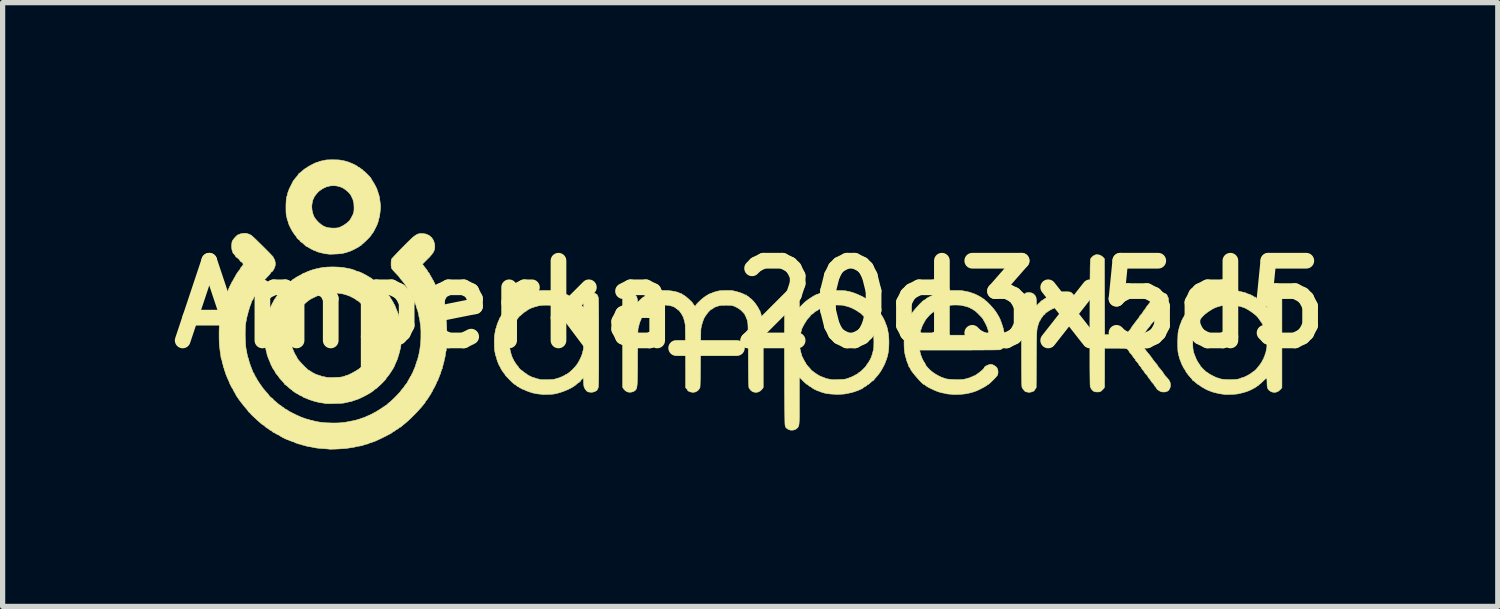
<source format=kicad_pcb>
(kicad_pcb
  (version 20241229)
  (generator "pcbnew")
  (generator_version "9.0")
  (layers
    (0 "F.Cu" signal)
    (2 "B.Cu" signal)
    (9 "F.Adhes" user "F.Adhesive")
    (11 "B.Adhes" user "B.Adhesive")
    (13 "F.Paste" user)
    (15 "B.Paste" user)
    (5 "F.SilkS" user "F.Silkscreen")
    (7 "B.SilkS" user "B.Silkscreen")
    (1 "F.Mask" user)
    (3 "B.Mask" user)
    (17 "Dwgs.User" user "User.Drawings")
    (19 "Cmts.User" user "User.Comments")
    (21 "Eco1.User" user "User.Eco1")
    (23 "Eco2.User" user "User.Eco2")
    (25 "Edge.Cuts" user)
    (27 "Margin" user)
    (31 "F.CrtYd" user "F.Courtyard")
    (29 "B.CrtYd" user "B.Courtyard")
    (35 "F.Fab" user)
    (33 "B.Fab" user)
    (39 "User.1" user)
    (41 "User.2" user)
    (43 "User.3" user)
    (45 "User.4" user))
  (footprint "Amperka_20d3x5d5"
    (layer "F.Cu")
    (at 11.292 2.769)
    (property "Reference" "Amperka_20d3x5d5" (at 0 0 0) (layer "F.SilkS") (effects (font (size 1.524 1.524) (thickness 0.3))))
    (attr through_hole)
    (fp_poly (pts (xy -0.071 -0.178) (xy -0.076 -0.173) (xy -0.081 -0.178) (xy -0.076 -0.183) (xy -0.071 -0.178)) (stroke (width 0.01) (type solid)) (fill yes) (layer "F.SilkS"))
    (fp_poly (pts (xy 9.662 -0.137) (xy 9.657 -0.132) (xy 9.652 -0.137) (xy 9.657 -0.142) (xy 9.662 -0.137)) (stroke (width 0.01) (type solid)) (fill yes) (layer "F.SilkS"))
    (fp_poly (pts (xy 6.033 -0.241) (xy 6.077 -0.24) (xy 6.106 -0.237) (xy 6.126 -0.232) (xy 6.142 -0.222) (xy 6.159 -0.206) (xy 6.163 -0.202) (xy 6.186 -0.176) (xy 6.198 -0.153) (xy 6.203 -0.122) (xy 6.203 -0.108) (xy 6.204 -0.075) (xy 6.199 -0.053) (xy 6.186 -0.033) (xy 6.166 -0.013) (xy 6.143 0.009) (xy 6.124 0.021) (xy 6.101 0.027) (xy 6.068 0.029) (xy 6.055 0.029) (xy 6.016 0.031) (xy 5.982 0.034) (xy 5.962 0.036) (xy 5.935 0.041) (xy 5.904 0.046) (xy 5.903 0.046) (xy 5.874 0.052) (xy 5.853 0.058) (xy 5.852 0.058) (xy 5.83 0.065) (xy 5.823 0.067) (xy 5.802 0.074) (xy 5.771 0.089) (xy 5.738 0.106) (xy 5.709 0.123) (xy 5.691 0.136) (xy 5.689 0.137) (xy 5.674 0.15) (xy 5.667 0.152) (xy 5.653 0.158) (xy 5.64 0.171) (xy 5.635 0.184) (xy 5.636 0.187) (xy 5.633 0.192) (xy 5.625 0.193) (xy 5.611 0.197) (xy 5.608 0.202) (xy 5.602 0.214) (xy 5.587 0.235) (xy 5.579 0.245) (xy 5.562 0.267) (xy 5.553 0.282) (xy 5.553 0.286) (xy 5.551 0.297) (xy 5.547 0.3) (xy 5.536 0.311) (xy 5.525 0.333) (xy 5.512 0.368) (xy 5.497 0.419) (xy 5.491 0.442) (xy 5.487 0.458) (xy 5.484 0.478) (xy 5.481 0.504) (xy 5.479 0.537) (xy 5.477 0.579) (xy 5.476 0.632) (xy 5.474 0.697) (xy 5.473 0.777) (xy 5.472 0.873) (xy 5.472 0.987) (xy 5.471 1.041) (xy 5.471 1.144) (xy 5.47 1.241) (xy 5.47 1.33) (xy 5.469 1.409) (xy 5.469 1.476) (xy 5.468 1.53) (xy 5.468 1.568) (xy 5.467 1.588) (xy 5.467 1.591) (xy 5.46 1.605) (xy 5.445 1.624) (xy 5.433 1.639) (xy 5.432 1.646) (xy 5.433 1.646) (xy 5.43 1.65) (xy 5.414 1.66) (xy 5.41 1.662) (xy 5.367 1.677) (xy 5.324 1.681) (xy 5.298 1.676) (xy 5.28 1.672) (xy 5.272 1.672) (xy 5.261 1.668) (xy 5.244 1.652) (xy 5.224 1.628) (xy 5.206 1.603) (xy 5.195 1.581) (xy 5.195 1.58) (xy 5.194 1.565) (xy 5.192 1.532) (xy 5.191 1.482) (xy 5.19 1.417) (xy 5.189 1.34) (xy 5.188 1.251) (xy 5.188 1.154) (xy 5.187 1.049) (xy 5.187 0.939) (xy 5.187 0.826) (xy 5.187 0.71) (xy 5.187 0.595) (xy 5.187 0.483) (xy 5.188 0.374) (xy 5.188 0.271) (xy 5.189 0.175) (xy 5.19 0.09) (xy 5.191 0.016) (xy 5.192 -0.045) (xy 5.193 -0.091) (xy 5.194 -0.12) (xy 5.195 -0.128) (xy 5.209 -0.157) (xy 5.232 -0.187) (xy 5.259 -0.211) (xy 5.281 -0.221) (xy 5.331 -0.226) (xy 5.377 -0.219) (xy 5.414 -0.202) (xy 5.415 -0.201) (xy 5.444 -0.172) (xy 5.462 -0.139) (xy 5.47 -0.095) (xy 5.471 -0.051) (xy 5.472 -0.01) (xy 5.475 0.013) (xy 5.482 0.018) (xy 5.494 0.008) (xy 5.499 0.002) (xy 5.517 -0.018) (xy 5.537 -0.034) (xy 5.551 -0.045) (xy 5.553 -0.051) (xy 5.552 -0.051) (xy 5.552 -0.055) (xy 5.564 -0.064) (xy 5.585 -0.077) (xy 5.615 -0.096) (xy 5.63 -0.107) (xy 5.665 -0.129) (xy 5.706 -0.152) (xy 5.748 -0.173) (xy 5.785 -0.19) (xy 5.812 -0.2) (xy 5.816 -0.2) (xy 5.838 -0.208) (xy 5.846 -0.213) (xy 5.864 -0.22) (xy 5.888 -0.225) (xy 5.913 -0.229) (xy 5.929 -0.235) (xy 5.943 -0.238) (xy 5.972 -0.24) (xy 6.012 -0.241) (xy 6.033 -0.241)) (stroke (width 0.01) (type solid)) (fill yes) (layer "F.SilkS"))
    (fp_poly (pts (xy 6.678 -0.944) (xy 6.724 -0.92) (xy 6.747 -0.899) (xy 6.772 -0.872) (xy 6.774 -0.146) (xy 6.777 0.58) (xy 6.987 0.577) (xy 7.057 0.576) (xy 7.11 0.575) (xy 7.148 0.573) (xy 7.174 0.571) (xy 7.191 0.567) (xy 7.2 0.563) (xy 7.206 0.556) (xy 7.207 0.554) (xy 7.221 0.533) (xy 7.229 0.522) (xy 7.258 0.489) (xy 7.275 0.468) (xy 7.283 0.456) (xy 7.285 0.451) (xy 7.29 0.44) (xy 7.304 0.42) (xy 7.308 0.416) (xy 7.328 0.389) (xy 7.352 0.357) (xy 7.361 0.345) (xy 7.386 0.312) (xy 7.413 0.278) (xy 7.42 0.269) (xy 7.436 0.248) (xy 7.443 0.235) (xy 7.443 0.234) (xy 7.445 0.227) (xy 7.458 0.21) (xy 7.472 0.196) (xy 7.493 0.172) (xy 7.506 0.154) (xy 7.508 0.147) (xy 7.515 0.134) (xy 7.531 0.113) (xy 7.539 0.104) (xy 7.556 0.085) (xy 7.564 0.073) (xy 7.564 0.071) (xy 7.565 0.064) (xy 7.577 0.047) (xy 7.586 0.036) (xy 7.611 0.005) (xy 7.637 -0.03) (xy 7.645 -0.04) (xy 7.672 -0.075) (xy 7.7 -0.112) (xy 7.709 -0.123) (xy 7.728 -0.148) (xy 7.74 -0.167) (xy 7.742 -0.173) (xy 7.75 -0.182) (xy 7.772 -0.195) (xy 7.787 -0.203) (xy 7.842 -0.22) (xy 7.895 -0.219) (xy 7.943 -0.201) (xy 7.963 -0.185) (xy 7.972 -0.175) (xy 7.97 -0.173) (xy 7.97 -0.166) (xy 7.976 -0.156) (xy 7.993 -0.123) (xy 7.997 -0.08) (xy 7.993 -0.051) (xy 7.982 -0.024) (xy 7.958 0.013) (xy 7.925 0.054) (xy 7.913 0.068) (xy 7.891 0.093) (xy 7.877 0.112) (xy 7.874 0.119) (xy 7.867 0.13) (xy 7.851 0.151) (xy 7.833 0.171) (xy 7.811 0.196) (xy 7.797 0.214) (xy 7.793 0.222) (xy 7.786 0.232) (xy 7.77 0.252) (xy 7.756 0.267) (xy 7.737 0.288) (xy 7.727 0.302) (xy 7.727 0.305) (xy 7.726 0.311) (xy 7.72 0.319) (xy 7.694 0.346) (xy 7.671 0.372) (xy 7.653 0.393) (xy 7.645 0.405) (xy 7.645 0.406) (xy 7.643 0.413) (xy 7.629 0.43) (xy 7.618 0.443) (xy 7.596 0.468) (xy 7.579 0.489) (xy 7.575 0.496) (xy 7.563 0.514) (xy 7.543 0.538) (xy 7.536 0.545) (xy 7.518 0.567) (xy 7.507 0.583) (xy 7.506 0.586) (xy 7.499 0.597) (xy 7.482 0.618) (xy 7.462 0.64) (xy 7.438 0.665) (xy 7.427 0.681) (xy 7.426 0.692) (xy 7.434 0.703) (xy 7.444 0.717) (xy 7.442 0.721) (xy 7.444 0.728) (xy 7.457 0.746) (xy 7.474 0.766) (xy 7.503 0.8) (xy 7.532 0.837) (xy 7.544 0.853) (xy 7.57 0.888) (xy 7.599 0.925) (xy 7.61 0.938) (xy 7.635 0.967) (xy 7.656 0.995) (xy 7.664 1.006) (xy 7.703 1.061) (xy 7.736 1.104) (xy 7.763 1.135) (xy 7.78 1.155) (xy 7.787 1.167) (xy 7.787 1.168) (xy 7.789 1.175) (xy 7.802 1.193) (xy 7.819 1.213) (xy 7.853 1.253) (xy 7.88 1.287) (xy 7.898 1.312) (xy 7.905 1.325) (xy 7.905 1.326) (xy 7.911 1.336) (xy 7.926 1.355) (xy 7.937 1.368) (xy 7.964 1.398) (xy 7.981 1.417) (xy 7.993 1.431) (xy 8.003 1.446) (xy 8.012 1.458) (xy 8.027 1.49) (xy 8.034 1.53) (xy 8.033 1.569) (xy 8.024 1.6) (xy 8.019 1.608) (xy 8.009 1.621) (xy 8.01 1.626) (xy 8.011 1.63) (xy 7.999 1.642) (xy 7.979 1.657) (xy 7.968 1.664) (xy 7.934 1.674) (xy 7.891 1.675) (xy 7.85 1.667) (xy 7.848 1.666) (xy 7.829 1.656) (xy 7.806 1.642) (xy 7.785 1.626) (xy 7.77 1.613) (xy 7.767 1.606) (xy 7.768 1.605) (xy 7.767 1.599) (xy 7.754 1.583) (xy 7.747 1.575) (xy 7.731 1.556) (xy 7.724 1.545) (xy 7.725 1.544) (xy 7.723 1.538) (xy 7.71 1.521) (xy 7.697 1.506) (xy 7.676 1.483) (xy 7.663 1.466) (xy 7.661 1.461) (xy 7.655 1.45) (xy 7.639 1.429) (xy 7.629 1.418) (xy 7.612 1.397) (xy 7.604 1.384) (xy 7.604 1.382) (xy 7.602 1.375) (xy 7.589 1.358) (xy 7.575 1.344) (xy 7.554 1.321) (xy 7.541 1.304) (xy 7.539 1.298) (xy 7.533 1.287) (xy 7.517 1.267) (xy 7.507 1.255) (xy 7.49 1.234) (xy 7.482 1.221) (xy 7.482 1.219) (xy 7.48 1.213) (xy 7.467 1.196) (xy 7.458 1.186) (xy 7.439 1.164) (xy 7.428 1.147) (xy 7.427 1.142) (xy 7.42 1.13) (xy 7.403 1.109) (xy 7.392 1.098) (xy 7.372 1.076) (xy 7.362 1.06) (xy 7.362 1.055) (xy 7.361 1.047) (xy 7.358 1.046) (xy 7.349 1.039) (xy 7.333 1.018) (xy 7.321 1.002) (xy 7.3 0.97) (xy 7.277 0.943) (xy 7.269 0.934) (xy 7.252 0.915) (xy 7.244 0.9) (xy 7.244 0.899) (xy 7.237 0.885) (xy 7.221 0.865) (xy 7.218 0.863) (xy 7.209 0.855) (xy 7.199 0.848) (xy 7.185 0.844) (xy 7.165 0.841) (xy 7.136 0.839) (xy 7.095 0.839) (xy 7.038 0.838) (xy 6.984 0.838) (xy 6.777 0.838) (xy 6.775 1.206) (xy 6.775 1.291) (xy 6.775 1.37) (xy 6.774 1.44) (xy 6.774 1.498) (xy 6.774 1.544) (xy 6.773 1.574) (xy 6.773 1.585) (xy 6.766 1.598) (xy 6.748 1.619) (xy 6.733 1.635) (xy 6.708 1.658) (xy 6.685 1.67) (xy 6.655 1.674) (xy 6.642 1.674) (xy 6.607 1.673) (xy 6.579 1.667) (xy 6.569 1.663) (xy 6.528 1.627) (xy 6.503 1.579) (xy 6.502 1.576) (xy 6.5 1.559) (xy 6.498 1.524) (xy 6.497 1.469) (xy 6.496 1.394) (xy 6.495 1.3) (xy 6.494 1.187) (xy 6.494 1.053) (xy 6.494 0.9) (xy 6.494 0.727) (xy 6.494 0.533) (xy 6.494 0.34) (xy 6.495 0.159) (xy 6.495 -0.003) (xy 6.496 -0.147) (xy 6.496 -0.274) (xy 6.497 -0.385) (xy 6.497 -0.481) (xy 6.498 -0.564) (xy 6.499 -0.634) (xy 6.499 -0.692) (xy 6.5 -0.74) (xy 6.502 -0.779) (xy 6.503 -0.81) (xy 6.504 -0.833) (xy 6.506 -0.851) (xy 6.508 -0.863) (xy 6.511 -0.872) (xy 6.513 -0.878) (xy 6.516 -0.883) (xy 6.517 -0.884) (xy 6.556 -0.924) (xy 6.599 -0.946) (xy 6.627 -0.95) (xy 6.678 -0.944)) (stroke (width 0.01) (type solid)) (fill yes) (layer "F.SilkS"))
    (fp_poly (pts (xy -7.963 -2.764) (xy -7.917 -2.763) (xy -7.877 -2.762) (xy -7.85 -2.76) (xy -7.844 -2.759) (xy -7.815 -2.753) (xy -7.783 -2.748) (xy -7.783 -2.748) (xy -7.754 -2.742) (xy -7.733 -2.736) (xy -7.732 -2.736) (xy -7.71 -2.729) (xy -7.703 -2.727) (xy -7.682 -2.721) (xy -7.673 -2.717) (xy -7.656 -2.71) (xy -7.65 -2.708) (xy -7.61 -2.692) (xy -7.57 -2.674) (xy -7.536 -2.656) (xy -7.513 -2.641) (xy -7.509 -2.637) (xy -7.492 -2.624) (xy -7.483 -2.621) (xy -7.468 -2.614) (xy -7.452 -2.601) (xy -7.434 -2.586) (xy -7.42 -2.581) (xy -7.41 -2.575) (xy -7.412 -2.57) (xy -7.41 -2.561) (xy -7.404 -2.56) (xy -7.391 -2.553) (xy -7.369 -2.535) (xy -7.339 -2.507) (xy -7.316 -2.484) (xy -7.286 -2.453) (xy -7.263 -2.428) (xy -7.25 -2.412) (xy -7.248 -2.408) (xy -7.246 -2.4) (xy -7.235 -2.381) (xy -7.221 -2.36) (xy -7.203 -2.331) (xy -7.182 -2.296) (xy -7.163 -2.26) (xy -7.146 -2.226) (xy -7.135 -2.202) (xy -7.132 -2.192) (xy -7.129 -2.179) (xy -7.123 -2.162) (xy -7.115 -2.14) (xy -7.112 -2.129) (xy -7.107 -2.112) (xy -7.1 -2.093) (xy -7.091 -2.063) (xy -7.086 -2.037) (xy -7.083 -2.009) (xy -7.078 -1.972) (xy -7.075 -1.951) (xy -7.071 -1.913) (xy -7.068 -1.878) (xy -7.068 -1.864) (xy -7.069 -1.831) (xy -7.073 -1.79) (xy -7.078 -1.745) (xy -7.084 -1.703) (xy -7.09 -1.669) (xy -7.096 -1.648) (xy -7.097 -1.646) (xy -7.101 -1.632) (xy -7.107 -1.608) (xy -7.107 -1.605) (xy -7.113 -1.579) (xy -7.119 -1.561) (xy -7.12 -1.56) (xy -7.128 -1.541) (xy -7.128 -1.538) (xy -7.132 -1.526) (xy -7.143 -1.503) (xy -7.16 -1.468) (xy -7.186 -1.417) (xy -7.2 -1.39) (xy -7.215 -1.366) (xy -7.229 -1.351) (xy -7.242 -1.336) (xy -7.244 -1.328) (xy -7.251 -1.316) (xy -7.269 -1.294) (xy -7.296 -1.265) (xy -7.327 -1.234) (xy -7.359 -1.203) (xy -7.388 -1.176) (xy -7.411 -1.156) (xy -7.424 -1.148) (xy -7.424 -1.148) (xy -7.433 -1.143) (xy -7.432 -1.138) (xy -7.434 -1.129) (xy -7.44 -1.128) (xy -7.459 -1.121) (xy -7.468 -1.113) (xy -7.481 -1.102) (xy -7.509 -1.086) (xy -7.544 -1.067) (xy -7.583 -1.047) (xy -7.62 -1.029) (xy -7.651 -1.016) (xy -7.669 -1.01) (xy -7.669 -1.01) (xy -7.69 -1.004) (xy -7.7 -1) (xy -7.724 -0.991) (xy -7.737 -0.988) (xy -7.768 -0.981) (xy -7.784 -0.977) (xy -7.788 -0.975) (xy -7.797 -0.973) (xy -7.822 -0.97) (xy -7.859 -0.967) (xy -7.902 -0.964) (xy -7.947 -0.962) (xy -7.99 -0.96) (xy -8.026 -0.959) (xy -8.051 -0.96) (xy -8.06 -0.961) (xy -8.07 -0.963) (xy -8.094 -0.965) (xy -8.103 -0.966) (xy -8.131 -0.969) (xy -8.151 -0.973) (xy -8.153 -0.974) (xy -8.171 -0.98) (xy -8.189 -0.983) (xy -8.215 -0.988) (xy -8.23 -0.992) (xy -8.253 -1) (xy -8.264 -1.002) (xy -8.287 -1.01) (xy -8.295 -1.015) (xy -8.314 -1.025) (xy -8.326 -1.028) (xy -8.345 -1.035) (xy -8.374 -1.049) (xy -8.408 -1.068) (xy -8.41 -1.069) (xy -8.442 -1.088) (xy -8.467 -1.102) (xy -8.481 -1.107) (xy -8.481 -1.108) (xy -8.492 -1.114) (xy -8.512 -1.131) (xy -8.529 -1.148) (xy -8.553 -1.17) (xy -8.571 -1.184) (xy -8.578 -1.188) (xy -8.592 -1.195) (xy -8.605 -1.208) (xy -8.61 -1.221) (xy -8.608 -1.223) (xy -8.61 -1.229) (xy -8.614 -1.229) (xy -8.628 -1.236) (xy -8.648 -1.252) (xy -8.65 -1.255) (xy -8.665 -1.271) (xy -8.67 -1.28) (xy -8.669 -1.28) (xy -8.671 -1.287) (xy -8.683 -1.303) (xy -8.688 -1.308) (xy -8.716 -1.344) (xy -8.747 -1.39) (xy -8.776 -1.441) (xy -8.802 -1.491) (xy -8.822 -1.536) (xy -8.832 -1.569) (xy -8.832 -1.57) (xy -8.837 -1.592) (xy -8.842 -1.601) (xy -8.849 -1.619) (xy -8.853 -1.636) (xy -8.858 -1.662) (xy -8.866 -1.696) (xy -8.868 -1.704) (xy -8.872 -1.734) (xy -8.874 -1.778) (xy -8.875 -1.83) (xy -8.875 -1.852) (xy -8.382 -1.852) (xy -8.375 -1.795) (xy -8.361 -1.735) (xy -8.342 -1.683) (xy -8.318 -1.643) (xy -8.281 -1.599) (xy -8.239 -1.556) (xy -8.194 -1.52) (xy -8.153 -1.494) (xy -8.138 -1.488) (xy -8.126 -1.483) (xy -8.114 -1.478) (xy -8.079 -1.468) (xy -8.03 -1.461) (xy -7.975 -1.458) (xy -7.922 -1.459) (xy -7.877 -1.464) (xy -7.874 -1.465) (xy -7.835 -1.479) (xy -7.788 -1.503) (xy -7.74 -1.533) (xy -7.698 -1.565) (xy -7.678 -1.584) (xy -7.655 -1.609) (xy -7.64 -1.628) (xy -7.636 -1.636) (xy -7.636 -1.636) (xy -7.636 -1.642) (xy -7.625 -1.656) (xy -7.614 -1.671) (xy -7.615 -1.676) (xy -7.615 -1.683) (xy -7.605 -1.697) (xy -7.594 -1.711) (xy -7.594 -1.717) (xy -7.595 -1.723) (xy -7.589 -1.733) (xy -7.581 -1.754) (xy -7.575 -1.793) (xy -7.573 -1.843) (xy -7.577 -1.93) (xy -7.596 -2.008) (xy -7.631 -2.081) (xy -7.642 -2.099) (xy -7.673 -2.137) (xy -7.715 -2.175) (xy -7.761 -2.21) (xy -7.807 -2.236) (xy -7.847 -2.25) (xy -7.864 -2.254) (xy -7.869 -2.256) (xy -7.878 -2.259) (xy -7.9 -2.263) (xy -7.929 -2.267) (xy -7.954 -2.269) (xy -8.025 -2.266) (xy -8.099 -2.248) (xy -8.17 -2.215) (xy -8.234 -2.172) (xy -8.261 -2.147) (xy -8.294 -2.11) (xy -8.321 -2.075) (xy -8.338 -2.048) (xy -8.342 -2.035) (xy -8.349 -2.02) (xy -8.352 -2.016) (xy -8.358 -2.004) (xy -8.365 -1.983) (xy -8.372 -1.947) (xy -8.38 -1.9) (xy -8.382 -1.852) (xy -8.875 -1.852) (xy -8.875 -1.887) (xy -8.873 -1.942) (xy -8.87 -1.992) (xy -8.866 -2.032) (xy -8.861 -2.057) (xy -8.86 -2.057) (xy -8.852 -2.08) (xy -8.848 -2.093) (xy -8.848 -2.093) (xy -8.846 -2.11) (xy -8.838 -2.138) (xy -8.828 -2.166) (xy -8.819 -2.188) (xy -8.817 -2.192) (xy -8.812 -2.203) (xy -8.814 -2.205) (xy -8.814 -2.211) (xy -8.804 -2.225) (xy -8.793 -2.24) (xy -8.793 -2.245) (xy -8.794 -2.252) (xy -8.783 -2.266) (xy -8.773 -2.28) (xy -8.773 -2.286) (xy -8.773 -2.292) (xy -8.763 -2.306) (xy -8.752 -2.321) (xy -8.751 -2.327) (xy -8.751 -2.334) (xy -8.74 -2.352) (xy -8.721 -2.378) (xy -8.698 -2.408) (xy -8.674 -2.437) (xy -8.666 -2.445) (xy -8.646 -2.469) (xy -8.634 -2.486) (xy -8.633 -2.493) (xy -8.632 -2.499) (xy -8.629 -2.499) (xy -8.617 -2.506) (xy -8.595 -2.523) (xy -8.567 -2.547) (xy -8.564 -2.55) (xy -8.536 -2.574) (xy -8.512 -2.593) (xy -8.498 -2.6) (xy -8.498 -2.601) (xy -8.482 -2.608) (xy -8.474 -2.616) (xy -8.461 -2.626) (xy -8.435 -2.641) (xy -8.401 -2.659) (xy -8.364 -2.679) (xy -8.33 -2.696) (xy -8.303 -2.708) (xy -8.288 -2.713) (xy -8.288 -2.713) (xy -8.275 -2.716) (xy -8.253 -2.724) (xy -8.227 -2.734) (xy -8.209 -2.739) (xy -8.181 -2.745) (xy -8.148 -2.751) (xy -8.119 -2.758) (xy -8.108 -2.76) (xy -8.088 -2.762) (xy -8.054 -2.763) (xy -8.011 -2.764) (xy -7.963 -2.764)) (stroke (width 0.01) (type solid)) (fill yes) (layer "F.SilkS"))
    (fp_poly (pts (xy -1.567 -0.263) (xy -1.507 -0.257) (xy -1.45 -0.247) (xy -1.399 -0.235) (xy -1.361 -0.222) (xy -1.344 -0.211) (xy -1.333 -0.206) (xy -1.331 -0.209) (xy -1.325 -0.209) (xy -1.313 -0.202) (xy -1.292 -0.188) (xy -1.264 -0.171) (xy -1.26 -0.169) (xy -1.24 -0.155) (xy -1.212 -0.133) (xy -1.181 -0.106) (xy -1.15 -0.077) (xy -1.122 -0.05) (xy -1.102 -0.027) (xy -1.092 -0.013) (xy -1.091 -0.011) (xy -1.087 -0.000481) (xy -1.073 0.017) (xy -1.071 0.02) (xy -1.055 0.034) (xy -1.047 0.034) (xy -1.046 0.032) (xy -1.039 0.016) (xy -1.019 -0.01) (xy -0.989 -0.041) (xy -0.953 -0.075) (xy -0.915 -0.109) (xy -0.877 -0.138) (xy -0.859 -0.151) (xy -0.825 -0.173) (xy -0.798 -0.189) (xy -0.782 -0.198) (xy -0.78 -0.199) (xy -0.767 -0.203) (xy -0.754 -0.208) (xy -0.741 -0.213) (xy -0.717 -0.223) (xy -0.716 -0.223) (xy -0.688 -0.234) (xy -0.665 -0.241) (xy -0.633 -0.248) (xy -0.618 -0.252) (xy -0.615 -0.254) (xy -0.605 -0.257) (xy -0.58 -0.26) (xy -0.543 -0.263) (xy -0.499 -0.264) (xy -0.452 -0.265) (xy -0.406 -0.265) (xy -0.366 -0.264) (xy -0.337 -0.262) (xy -0.328 -0.26) (xy -0.251 -0.241) (xy -0.188 -0.222) (xy -0.141 -0.203) (xy -0.139 -0.203) (xy -0.083 -0.174) (xy -0.044 -0.153) (xy -0.022 -0.138) (xy -0.016 -0.13) (xy -0.017 -0.129) (xy -0.016 -0.123) (xy -0.011 -0.122) (xy 0.006 -0.114) (xy 0.03 -0.093) (xy 0.06 -0.062) (xy 0.091 -0.025) (xy 0.12 0.015) (xy 0.127 0.025) (xy 0.147 0.056) (xy 0.16 0.079) (xy 0.166 0.091) (xy 0.166 0.091) (xy 0.17 0.102) (xy 0.18 0.114) (xy 0.19 0.128) (xy 0.189 0.132) (xy 0.189 0.14) (xy 0.196 0.159) (xy 0.198 0.163) (xy 0.207 0.183) (xy 0.209 0.193) (xy 0.209 0.193) (xy 0.208 0.201) (xy 0.213 0.219) (xy 0.223 0.248) (xy 0.228 0.267) (xy 0.233 0.292) (xy 0.239 0.324) (xy 0.241 0.33) (xy 0.242 0.348) (xy 0.244 0.383) (xy 0.245 0.436) (xy 0.247 0.502) (xy 0.248 0.582) (xy 0.248 0.672) (xy 0.249 0.771) (xy 0.249 0.877) (xy 0.249 0.981) (xy 0.249 1.59) (xy 0.226 1.622) (xy 0.191 1.656) (xy 0.147 1.677) (xy 0.1 1.682) (xy 0.054 1.672) (xy 0.018 1.649) (xy -0.004 1.624) (xy -0.021 1.599) (xy -0.023 1.595) (xy -0.026 1.578) (xy -0.028 1.542) (xy -0.03 1.485) (xy -0.032 1.409) (xy -0.033 1.313) (xy -0.034 1.198) (xy -0.035 1.065) (xy -0.036 0.965) (xy -0.036 0.822) (xy -0.037 0.698) (xy -0.038 0.594) (xy -0.04 0.508) (xy -0.041 0.44) (xy -0.043 0.389) (xy -0.046 0.354) (xy -0.048 0.335) (xy -0.049 0.333) (xy -0.055 0.313) (xy -0.054 0.305) (xy -0.054 0.305) (xy -0.054 0.299) (xy -0.06 0.291) (xy -0.07 0.27) (xy -0.074 0.257) (xy -0.083 0.231) (xy -0.091 0.219) (xy -0.099 0.207) (xy -0.098 0.203) (xy -0.099 0.197) (xy -0.112 0.179) (xy -0.134 0.155) (xy -0.161 0.126) (xy -0.173 0.115) (xy -0.212 0.084) (xy -0.261 0.055) (xy -0.312 0.032) (xy -0.341 0.023) (xy -0.368 0.019) (xy -0.408 0.017) (xy -0.455 0.016) (xy -0.503 0.017) (xy -0.545 0.018) (xy -0.575 0.021) (xy -0.579 0.022) (xy -0.643 0.04) (xy -0.687 0.058) (xy -0.708 0.073) (xy -0.725 0.087) (xy -0.736 0.091) (xy -0.752 0.099) (xy -0.776 0.121) (xy -0.805 0.152) (xy -0.834 0.19) (xy -0.861 0.229) (xy -0.88 0.26) (xy -0.892 0.287) (xy -0.905 0.324) (xy -0.918 0.364) (xy -0.928 0.399) (xy -0.93 0.407) (xy -0.936 0.436) (xy -0.941 0.462) (xy -0.943 0.478) (xy -0.944 0.512) (xy -0.945 0.563) (xy -0.946 0.627) (xy -0.947 0.704) (xy -0.948 0.792) (xy -0.949 0.887) (xy -0.95 0.989) (xy -0.95 1.031) (xy -0.951 1.168) (xy -0.952 1.287) (xy -0.953 1.387) (xy -0.955 1.468) (xy -0.957 1.529) (xy -0.959 1.571) (xy -0.962 1.593) (xy -0.963 1.595) (xy -0.977 1.619) (xy -0.999 1.645) (xy -1.004 1.649) (xy -1.043 1.673) (xy -1.091 1.682) (xy -1.142 1.674) (xy -1.165 1.665) (xy -1.186 1.654) (xy -1.196 1.647) (xy -1.195 1.646) (xy -1.194 1.64) (xy -1.206 1.624) (xy -1.21 1.62) (xy -1.234 1.594) (xy -1.235 1.003) (xy -1.236 0.894) (xy -1.236 0.791) (xy -1.237 0.695) (xy -1.238 0.608) (xy -1.239 0.533) (xy -1.24 0.47) (xy -1.241 0.423) (xy -1.242 0.392) (xy -1.243 0.381) (xy -1.25 0.35) (xy -1.254 0.326) (xy -1.278 0.245) (xy -1.315 0.177) (xy -1.334 0.153) (xy -1.349 0.133) (xy -1.355 0.119) (xy -1.354 0.118) (xy -1.357 0.113) (xy -1.365 0.112) (xy -1.379 0.108) (xy -1.382 0.104) (xy -1.389 0.095) (xy -1.408 0.08) (xy -1.414 0.076) (xy -0.732 0.076) (xy -0.726 0.081) (xy -0.721 0.076) (xy -0.726 0.071) (xy -0.732 0.076) (xy -1.414 0.076) (xy -1.433 0.063) (xy -1.457 0.048) (xy -1.475 0.039) (xy -1.48 0.038) (xy -1.49 0.036) (xy -1.513 0.029) (xy -1.523 0.026) (xy -1.548 0.02) (xy -1.585 0.016) (xy -1.629 0.013) (xy -1.673 0.012) (xy -1.713 0.012) (xy -1.742 0.015) (xy -1.753 0.018) (xy -1.771 0.026) (xy -1.783 0.028) (xy -1.806 0.033) (xy -1.824 0.038) (xy -1.846 0.047) (xy -1.87 0.059) (xy -1.9 0.074) (xy -1.923 0.09) (xy -1.93 0.096) (xy -1.946 0.109) (xy -1.955 0.112) (xy -1.968 0.12) (xy -1.986 0.137) (xy -1.988 0.14) (xy -2.009 0.165) (xy -2.034 0.196) (xy -2.043 0.206) (xy -2.06 0.227) (xy -2.068 0.241) (xy -2.067 0.244) (xy -2.067 0.25) (xy -2.078 0.264) (xy -2.089 0.279) (xy -2.088 0.284) (xy -2.086 0.291) (xy -2.09 0.297) (xy -2.101 0.317) (xy -2.113 0.35) (xy -2.124 0.386) (xy -2.129 0.41) (xy -2.137 0.441) (xy -2.143 0.46) (xy -2.144 0.474) (xy -2.146 0.507) (xy -2.148 0.556) (xy -2.149 0.619) (xy -2.15 0.695) (xy -2.152 0.781) (xy -2.152 0.876) (xy -2.153 0.977) (xy -2.153 1.016) (xy -2.153 1.14) (xy -2.154 1.245) (xy -2.155 1.333) (xy -2.156 1.406) (xy -2.158 1.465) (xy -2.16 1.512) (xy -2.163 1.549) (xy -2.167 1.577) (xy -2.171 1.599) (xy -2.177 1.615) (xy -2.184 1.627) (xy -2.192 1.638) (xy -2.193 1.639) (xy -2.228 1.665) (xy -2.273 1.678) (xy -2.321 1.679) (xy -2.358 1.668) (xy -2.388 1.649) (xy -2.414 1.622) (xy -2.416 1.619) (xy -2.438 1.586) (xy -2.438 0.723) (xy -2.438 -0.14) (xy -2.398 -0.182) (xy -2.371 -0.205) (xy -2.346 -0.221) (xy -2.334 -0.224) (xy -2.308 -0.226) (xy -2.295 -0.228) (xy -2.276 -0.226) (xy -2.248 -0.217) (xy -2.236 -0.213) (xy -2.198 -0.185) (xy -2.17 -0.144) (xy -2.156 -0.094) (xy -2.154 -0.071) (xy -2.154 -0.036) (xy -2.1 -0.089) (xy -2.073 -0.115) (xy -2.05 -0.134) (xy -2.036 -0.142) (xy -2.035 -0.142) (xy -2.02 -0.149) (xy -2.012 -0.157) (xy -1.995 -0.171) (xy -1.966 -0.188) (xy -1.933 -0.205) (xy -1.902 -0.218) (xy -1.881 -0.223) (xy -1.88 -0.224) (xy -1.859 -0.229) (xy -1.854 -0.233) (xy -1.838 -0.241) (xy -1.812 -0.247) (xy -1.808 -0.247) (xy -1.785 -0.251) (xy -1.773 -0.254) (xy -1.773 -0.254) (xy -1.763 -0.258) (xy -1.735 -0.262) (xy -1.69 -0.264) (xy -1.631 -0.265) (xy -1.626 -0.265) (xy -1.567 -0.263)) (stroke (width 0.01) (type solid)) (fill yes) (layer "F.SilkS"))
    (fp_poly (pts (xy 9.238 -0.264) (xy 9.275 -0.263) (xy 9.298 -0.261) (xy 9.301 -0.26) (xy 9.323 -0.255) (xy 9.355 -0.248) (xy 9.373 -0.244) (xy 9.408 -0.236) (xy 9.438 -0.229) (xy 9.448 -0.227) (xy 9.472 -0.22) (xy 9.485 -0.213) (xy 9.504 -0.203) (xy 9.516 -0.2) (xy 9.544 -0.192) (xy 9.58 -0.176) (xy 9.615 -0.157) (xy 9.637 -0.142) (xy 9.661 -0.126) (xy 9.689 -0.111) (xy 9.709 -0.1) (xy 9.717 -0.09) (xy 9.717 -0.089) (xy 9.72 -0.082) (xy 9.725 -0.081) (xy 9.737 -0.074) (xy 9.76 -0.056) (xy 9.789 -0.03) (xy 9.809 -0.01) (xy 9.881 0.06) (xy 9.881 -0.143) (xy 9.923 -0.184) (xy 9.949 -0.208) (xy 9.969 -0.221) (xy 9.994 -0.225) (xy 10.023 -0.226) (xy 10.057 -0.225) (xy 10.08 -0.219) (xy 10.101 -0.205) (xy 10.123 -0.184) (xy 10.165 -0.142) (xy 10.165 1.591) (xy 10.142 1.621) (xy 10.102 1.657) (xy 10.056 1.678) (xy 10.007 1.682) (xy 9.961 1.67) (xy 9.919 1.642) (xy 9.9 1.617) (xy 9.89 1.596) (xy 9.884 1.565) (xy 9.881 1.52) (xy 9.881 1.502) (xy 9.88 1.461) (xy 9.878 1.429) (xy 9.876 1.411) (xy 9.875 1.408) (xy 9.866 1.412) (xy 9.846 1.428) (xy 9.819 1.453) (xy 9.804 1.468) (xy 9.774 1.497) (xy 9.748 1.52) (xy 9.73 1.533) (xy 9.725 1.534) (xy 9.717 1.54) (xy 9.718 1.544) (xy 9.716 1.553) (xy 9.71 1.554) (xy 9.691 1.562) (xy 9.683 1.569) (xy 9.669 1.58) (xy 9.642 1.596) (xy 9.607 1.615) (xy 9.571 1.634) (xy 9.537 1.649) (xy 9.513 1.659) (xy 9.508 1.66) (xy 9.487 1.667) (xy 9.478 1.671) (xy 9.452 1.679) (xy 9.442 1.681) (xy 9.426 1.685) (xy 9.423 1.687) (xy 9.418 1.689) (xy 9.4 1.693) (xy 9.368 1.7) (xy 9.337 1.707) (xy 9.316 1.712) (xy 9.298 1.714) (xy 9.267 1.717) (xy 9.227 1.719) (xy 9.184 1.721) (xy 9.141 1.722) (xy 9.105 1.723) (xy 9.08 1.723) (xy 9.07 1.722) (xy 9.06 1.719) (xy 9.036 1.716) (xy 9.022 1.715) (xy 8.985 1.709) (xy 8.94 1.7) (xy 8.893 1.689) (xy 8.851 1.678) (xy 8.82 1.668) (xy 8.813 1.665) (xy 8.79 1.656) (xy 8.778 1.652) (xy 8.761 1.646) (xy 8.734 1.633) (xy 8.708 1.62) (xy 8.667 1.597) (xy 8.639 1.581) (xy 8.62 1.569) (xy 8.607 1.559) (xy 8.597 1.551) (xy 8.579 1.538) (xy 8.569 1.534) (xy 8.557 1.528) (xy 8.536 1.511) (xy 8.517 1.494) (xy 8.491 1.472) (xy 8.471 1.457) (xy 8.462 1.453) (xy 8.454 1.449) (xy 8.456 1.447) (xy 8.452 1.437) (xy 8.437 1.418) (xy 8.415 1.394) (xy 8.386 1.361) (xy 8.359 1.327) (xy 8.337 1.295) (xy 8.322 1.271) (xy 8.319 1.257) (xy 8.314 1.25) (xy 8.312 1.25) (xy 8.304 1.241) (xy 8.291 1.22) (xy 8.275 1.19) (xy 8.258 1.158) (xy 8.245 1.129) (xy 8.237 1.107) (xy 8.236 1.103) (xy 8.229 1.084) (xy 8.228 1.082) (xy 8.22 1.064) (xy 8.21 1.035) (xy 8.201 1.004) (xy 8.195 0.979) (xy 8.19 0.958) (xy 8.183 0.927) (xy 8.18 0.915) (xy 8.177 0.889) (xy 8.175 0.847) (xy 8.173 0.794) (xy 8.173 0.735) (xy 8.173 0.726) (xy 8.46 0.726) (xy 8.461 0.79) (xy 8.464 0.84) (xy 8.47 0.882) (xy 8.478 0.919) (xy 8.484 0.936) (xy 8.494 0.964) (xy 8.507 0.995) (xy 8.511 1.006) (xy 8.518 1.022) (xy 8.519 1.026) (xy 8.534 1.059) (xy 8.555 1.098) (xy 8.578 1.133) (xy 8.59 1.148) (xy 8.601 1.163) (xy 8.6 1.168) (xy 8.603 1.175) (xy 8.618 1.193) (xy 8.642 1.218) (xy 8.657 1.234) (xy 8.687 1.263) (xy 8.713 1.286) (xy 8.73 1.299) (xy 8.734 1.3) (xy 8.749 1.308) (xy 8.758 1.315) (xy 8.772 1.327) (xy 8.8 1.343) (xy 8.836 1.362) (xy 8.873 1.381) (xy 8.908 1.397) (xy 8.932 1.406) (xy 8.937 1.407) (xy 8.953 1.411) (xy 8.956 1.412) (xy 8.965 1.416) (xy 8.987 1.423) (xy 9.002 1.427) (xy 9.036 1.433) (xy 9.085 1.437) (xy 9.142 1.439) (xy 9.202 1.439) (xy 9.258 1.437) (xy 9.305 1.433) (xy 9.331 1.428) (xy 9.36 1.42) (xy 9.38 1.412) (xy 9.384 1.409) (xy 9.4 1.403) (xy 9.408 1.402) (xy 9.428 1.397) (xy 9.459 1.384) (xy 9.497 1.365) (xy 9.536 1.344) (xy 9.569 1.323) (xy 9.592 1.306) (xy 9.612 1.29) (xy 9.626 1.281) (xy 9.628 1.28) (xy 9.641 1.272) (xy 9.663 1.252) (xy 9.69 1.222) (xy 9.719 1.186) (xy 9.747 1.15) (xy 9.771 1.116) (xy 9.787 1.088) (xy 9.794 1.072) (xy 9.802 1.057) (xy 9.812 1.044) (xy 9.821 1.031) (xy 9.82 1.026) (xy 9.818 1.02) (xy 9.823 1.013) (xy 9.835 0.991) (xy 9.838 0.98) (xy 9.843 0.958) (xy 9.847 0.949) (xy 9.855 0.931) (xy 9.859 0.914) (xy 9.864 0.887) (xy 9.871 0.854) (xy 9.873 0.848) (xy 9.877 0.819) (xy 9.879 0.777) (xy 9.88 0.728) (xy 9.88 0.679) (xy 9.877 0.635) (xy 9.874 0.603) (xy 9.872 0.593) (xy 9.864 0.563) (xy 9.86 0.548) (xy 9.852 0.514) (xy 9.84 0.478) (xy 9.828 0.45) (xy 9.822 0.439) (xy 9.817 0.429) (xy 9.82 0.427) (xy 9.82 0.42) (xy 9.809 0.406) (xy 9.798 0.392) (xy 9.798 0.386) (xy 9.796 0.379) (xy 9.784 0.36) (xy 9.769 0.338) (xy 9.745 0.304) (xy 9.722 0.271) (xy 9.711 0.256) (xy 9.688 0.229) (xy 9.652 0.196) (xy 9.607 0.161) (xy 9.557 0.126) (xy 9.508 0.095) (xy 9.463 0.071) (xy 9.428 0.057) (xy 9.42 0.055) (xy 9.399 0.049) (xy 9.39 0.045) (xy 9.366 0.038) (xy 9.347 0.034) (xy 9.318 0.027) (xy 9.293 0.02) (xy 9.271 0.017) (xy 9.233 0.015) (xy 9.187 0.014) (xy 9.136 0.015) (xy 9.087 0.017) (xy 9.046 0.02) (xy 9.017 0.025) (xy 9.017 0.025) (xy 8.99 0.031) (xy 8.971 0.036) (xy 8.958 0.04) (xy 8.956 0.041) (xy 8.948 0.043) (xy 8.936 0.046) (xy 8.898 0.059) (xy 8.849 0.082) (xy 8.796 0.114) (xy 8.742 0.15) (xy 8.692 0.189) (xy 8.671 0.208) (xy 8.648 0.232) (xy 8.622 0.262) (xy 8.598 0.293) (xy 8.578 0.32) (xy 8.566 0.339) (xy 8.565 0.344) (xy 8.558 0.357) (xy 8.549 0.366) (xy 8.539 0.379) (xy 8.539 0.384) (xy 8.538 0.395) (xy 8.53 0.406) (xy 8.518 0.421) (xy 8.515 0.427) (xy 8.513 0.438) (xy 8.504 0.462) (xy 8.492 0.493) (xy 8.483 0.517) (xy 8.478 0.533) (xy 8.478 0.533) (xy 8.469 0.574) (xy 8.464 0.616) (xy 8.461 0.667) (xy 8.46 0.726) (xy 8.173 0.726) (xy 8.174 0.675) (xy 8.176 0.619) (xy 8.178 0.57) (xy 8.181 0.535) (xy 8.184 0.523) (xy 8.19 0.498) (xy 8.193 0.483) (xy 8.201 0.452) (xy 8.211 0.419) (xy 8.22 0.39) (xy 8.227 0.372) (xy 8.228 0.371) (xy 8.234 0.357) (xy 8.235 0.356) (xy 8.24 0.338) (xy 8.252 0.309) (xy 8.268 0.276) (xy 8.285 0.245) (xy 8.29 0.239) (xy 8.305 0.214) (xy 8.315 0.197) (xy 8.316 0.193) (xy 8.324 0.176) (xy 8.344 0.149) (xy 8.372 0.115) (xy 8.406 0.076) (xy 8.442 0.035) (xy 8.479 -0.003) (xy 8.513 -0.037) (xy 8.542 -0.063) (xy 8.562 -0.079) (xy 8.568 -0.081) (xy 8.583 -0.087) (xy 8.597 -0.098) (xy 8.618 -0.115) (xy 8.646 -0.132) (xy 8.686 -0.152) (xy 8.707 -0.163) (xy 8.775 -0.194) (xy 8.831 -0.216) (xy 8.879 -0.231) (xy 8.917 -0.24) (xy 8.953 -0.247) (xy 8.971 -0.252) (xy 8.976 -0.254) (xy 8.986 -0.257) (xy 9.011 -0.26) (xy 9.049 -0.262) (xy 9.095 -0.263) (xy 9.144 -0.264) (xy 9.194 -0.265) (xy 9.238 -0.264)) (stroke (width 0.01) (type solid)) (fill yes) (layer "F.SilkS"))
    (fp_poly (pts (xy 3.979 -0.265) (xy 4.022 -0.263) (xy 4.052 -0.261) (xy 4.059 -0.26) (xy 4.091 -0.254) (xy 4.115 -0.249) (xy 4.146 -0.243) (xy 4.168 -0.239) (xy 4.198 -0.231) (xy 4.223 -0.222) (xy 4.249 -0.213) (xy 4.266 -0.207) (xy 4.285 -0.201) (xy 4.316 -0.187) (xy 4.352 -0.169) (xy 4.388 -0.15) (xy 4.418 -0.132) (xy 4.437 -0.119) (xy 4.44 -0.116) (xy 4.458 -0.104) (xy 4.467 -0.102) (xy 4.477 -0.096) (xy 4.475 -0.091) (xy 4.477 -0.082) (xy 4.483 -0.081) (xy 4.497 -0.074) (xy 4.521 -0.054) (xy 4.552 -0.025) (xy 4.587 0.011) (xy 4.622 0.05) (xy 4.656 0.089) (xy 4.684 0.125) (xy 4.696 0.142) (xy 4.721 0.181) (xy 4.745 0.222) (xy 4.765 0.258) (xy 4.778 0.286) (xy 4.781 0.295) (xy 4.785 0.307) (xy 4.789 0.315) (xy 4.797 0.337) (xy 4.808 0.368) (xy 4.82 0.403) (xy 4.83 0.436) (xy 4.838 0.462) (xy 4.841 0.476) (xy 4.841 0.478) (xy 4.841 0.486) (xy 4.846 0.503) (xy 4.852 0.526) (xy 4.858 0.562) (xy 4.862 0.602) (xy 4.866 0.645) (xy 4.869 0.685) (xy 4.871 0.713) (xy 4.868 0.758) (xy 4.851 0.802) (xy 4.825 0.838) (xy 4.792 0.862) (xy 4.775 0.868) (xy 4.761 0.868) (xy 4.728 0.869) (xy 4.678 0.87) (xy 4.613 0.871) (xy 4.534 0.871) (xy 4.444 0.872) (xy 4.342 0.872) (xy 4.232 0.873) (xy 4.115 0.873) (xy 3.995 0.873) (xy 3.24 0.874) (xy 3.247 0.912) (xy 3.255 0.945) (xy 3.264 0.974) (xy 3.264 0.975) (xy 3.273 0.996) (xy 3.276 1.006) (xy 3.285 1.029) (xy 3.299 1.059) (xy 3.314 1.088) (xy 3.326 1.106) (xy 3.327 1.107) (xy 3.339 1.123) (xy 3.342 1.13) (xy 3.351 1.154) (xy 3.372 1.185) (xy 3.404 1.221) (xy 3.442 1.259) (xy 3.484 1.293) (xy 3.485 1.294) (xy 3.516 1.316) (xy 3.554 1.34) (xy 3.595 1.363) (xy 3.632 1.382) (xy 3.66 1.395) (xy 3.67 1.398) (xy 3.683 1.402) (xy 3.696 1.407) (xy 3.711 1.412) (xy 3.719 1.415) (xy 3.746 1.424) (xy 3.785 1.43) (xy 3.838 1.435) (xy 3.907 1.438) (xy 3.932 1.439) (xy 4.001 1.439) (xy 4.055 1.437) (xy 4.099 1.43) (xy 4.141 1.419) (xy 4.155 1.415) (xy 4.179 1.408) (xy 4.19 1.405) (xy 4.214 1.397) (xy 4.223 1.39) (xy 4.235 1.385) (xy 4.237 1.387) (xy 4.243 1.387) (xy 4.259 1.376) (xy 4.259 1.376) (xy 4.272 1.366) (xy 4.274 1.368) (xy 4.274 1.369) (xy 4.276 1.371) (xy 4.291 1.364) (xy 4.315 1.349) (xy 4.344 1.329) (xy 4.376 1.306) (xy 4.406 1.282) (xy 4.432 1.261) (xy 4.448 1.246) (xy 4.466 1.225) (xy 4.475 1.211) (xy 4.475 1.209) (xy 4.476 1.203) (xy 4.482 1.196) (xy 4.505 1.18) (xy 4.538 1.163) (xy 4.572 1.151) (xy 4.597 1.146) (xy 4.597 1.146) (xy 4.633 1.153) (xy 4.671 1.172) (xy 4.704 1.198) (xy 4.716 1.211) (xy 4.733 1.249) (xy 4.739 1.294) (xy 4.733 1.337) (xy 4.728 1.351) (xy 4.716 1.368) (xy 4.694 1.394) (xy 4.665 1.425) (xy 4.633 1.457) (xy 4.601 1.488) (xy 4.573 1.513) (xy 4.553 1.53) (xy 4.544 1.534) (xy 4.53 1.541) (xy 4.522 1.549) (xy 4.508 1.559) (xy 4.481 1.575) (xy 4.446 1.594) (xy 4.406 1.615) (xy 4.367 1.634) (xy 4.334 1.65) (xy 4.311 1.659) (xy 4.306 1.66) (xy 4.285 1.667) (xy 4.276 1.671) (xy 4.25 1.679) (xy 4.24 1.681) (xy 4.225 1.685) (xy 4.221 1.687) (xy 4.212 1.69) (xy 4.189 1.695) (xy 4.157 1.702) (xy 4.121 1.708) (xy 4.094 1.713) (xy 4.07 1.715) (xy 4.036 1.718) (xy 3.995 1.72) (xy 3.952 1.722) (xy 3.914 1.723) (xy 3.885 1.723) (xy 3.87 1.722) (xy 3.869 1.721) (xy 3.858 1.719) (xy 3.833 1.717) (xy 3.815 1.716) (xy 3.78 1.713) (xy 3.748 1.708) (xy 3.739 1.705) (xy 3.709 1.698) (xy 3.683 1.693) (xy 3.662 1.689) (xy 3.653 1.687) (xy 3.653 1.687) (xy 3.644 1.684) (xy 3.635 1.682) (xy 3.603 1.673) (xy 3.561 1.657) (xy 3.513 1.637) (xy 3.464 1.614) (xy 3.419 1.592) (xy 3.382 1.571) (xy 3.358 1.554) (xy 3.353 1.549) (xy 3.337 1.537) (xy 3.328 1.534) (xy 3.313 1.527) (xy 3.288 1.506) (xy 3.256 1.474) (xy 3.22 1.436) (xy 3.182 1.393) (xy 3.145 1.349) (xy 3.111 1.307) (xy 3.084 1.27) (xy 3.065 1.24) (xy 3.058 1.222) (xy 3.058 1.221) (xy 3.051 1.207) (xy 3.043 1.199) (xy 3.031 1.186) (xy 3.03 1.18) (xy 3.027 1.167) (xy 3.018 1.14) (xy 3 1.097) (xy 2.993 1.078) (xy 2.992 1.072) (xy 2.988 1.057) (xy 2.98 1.03) (xy 2.973 1.004) (xy 2.959 0.951) (xy 2.95 0.895) (xy 2.944 0.832) (xy 2.942 0.756) (xy 2.942 0.726) (xy 2.944 0.638) (xy 2.947 0.589) (xy 3.231 0.589) (xy 3.902 0.589) (xy 4.035 0.589) (xy 4.15 0.589) (xy 4.246 0.589) (xy 4.327 0.589) (xy 4.393 0.588) (xy 4.446 0.588) (xy 4.487 0.587) (xy 4.518 0.585) (xy 4.54 0.584) (xy 4.555 0.582) (xy 4.563 0.579) (xy 4.567 0.576) (xy 4.568 0.573) (xy 4.567 0.569) (xy 4.56 0.542) (xy 4.556 0.524) (xy 4.549 0.493) (xy 4.543 0.475) (xy 4.536 0.454) (xy 4.533 0.444) (xy 4.528 0.429) (xy 4.516 0.402) (xy 4.5 0.369) (xy 4.483 0.337) (xy 4.469 0.312) (xy 4.462 0.302) (xy 4.453 0.289) (xy 4.455 0.284) (xy 4.451 0.278) (xy 4.436 0.259) (xy 4.411 0.232) (xy 4.379 0.199) (xy 4.378 0.198) (xy 4.344 0.164) (xy 4.315 0.137) (xy 4.293 0.118) (xy 4.282 0.112) (xy 4.266 0.105) (xy 4.257 0.096) (xy 4.244 0.086) (xy 4.239 0.086) (xy 4.228 0.084) (xy 4.214 0.074) (xy 4.197 0.061) (xy 4.187 0.057) (xy 4.174 0.055) (xy 4.155 0.048) (xy 4.125 0.038) (xy 4.105 0.034) (xy 4.075 0.027) (xy 4.051 0.021) (xy 4.028 0.016) (xy 3.993 0.014) (xy 3.949 0.012) (xy 3.902 0.012) (xy 3.858 0.014) (xy 3.822 0.017) (xy 3.798 0.02) (xy 3.792 0.023) (xy 3.781 0.029) (xy 3.78 0.028) (xy 3.771 0.025) (xy 3.748 0.029) (xy 3.716 0.038) (xy 3.679 0.051) (xy 3.641 0.065) (xy 3.608 0.08) (xy 3.586 0.092) (xy 3.567 0.102) (xy 3.541 0.116) (xy 3.538 0.118) (xy 3.517 0.131) (xy 3.506 0.142) (xy 3.505 0.143) (xy 3.497 0.152) (xy 3.492 0.152) (xy 3.479 0.16) (xy 3.457 0.179) (xy 3.429 0.205) (xy 3.4 0.236) (xy 3.374 0.267) (xy 3.356 0.29) (xy 3.34 0.315) (xy 3.323 0.347) (xy 3.305 0.38) (xy 3.29 0.411) (xy 3.28 0.435) (xy 3.277 0.447) (xy 3.278 0.447) (xy 3.278 0.453) (xy 3.273 0.46) (xy 3.264 0.479) (xy 3.257 0.505) (xy 3.249 0.538) (xy 3.241 0.563) (xy 3.231 0.589) (xy 2.947 0.589) (xy 2.949 0.568) (xy 2.957 0.515) (xy 2.966 0.485) (xy 2.972 0.465) (xy 2.972 0.457) (xy 2.972 0.457) (xy 2.972 0.449) (xy 2.978 0.427) (xy 2.982 0.416) (xy 2.991 0.389) (xy 2.997 0.371) (xy 2.998 0.368) (xy 3.002 0.354) (xy 3.009 0.335) (xy 3.019 0.307) (xy 3.024 0.291) (xy 3.027 0.281) (xy 3.027 0.279) (xy 3.035 0.264) (xy 3.045 0.251) (xy 3.055 0.238) (xy 3.055 0.234) (xy 3.058 0.226) (xy 3.069 0.205) (xy 3.088 0.176) (xy 3.095 0.165) (xy 3.116 0.136) (xy 3.146 0.1) (xy 3.18 0.061) (xy 3.216 0.021) (xy 3.251 -0.016) (xy 3.283 -0.047) (xy 3.308 -0.07) (xy 3.324 -0.081) (xy 3.326 -0.081) (xy 3.341 -0.087) (xy 3.355 -0.098) (xy 3.367 -0.109) (xy 3.381 -0.119) (xy 3.4 -0.13) (xy 3.426 -0.144) (xy 3.464 -0.162) (xy 3.516 -0.187) (xy 3.531 -0.194) (xy 3.55 -0.202) (xy 3.579 -0.212) (xy 3.608 -0.223) (xy 3.632 -0.231) (xy 3.643 -0.233) (xy 3.65 -0.234) (xy 3.665 -0.238) (xy 3.692 -0.244) (xy 3.713 -0.248) (xy 3.745 -0.254) (xy 3.769 -0.259) (xy 3.792 -0.262) (xy 3.83 -0.264) (xy 3.878 -0.265) (xy 3.929 -0.265) (xy 3.979 -0.265)) (stroke (width 0.01) (type solid)) (fill yes) (layer "F.SilkS"))
    (fp_poly (pts (xy 1.666 -0.264) (xy 1.716 -0.264) (xy 1.762 -0.262) (xy 1.802 -0.26) (xy 1.831 -0.258) (xy 1.844 -0.255) (xy 1.844 -0.254) (xy 1.853 -0.252) (xy 1.874 -0.248) (xy 1.875 -0.248) (xy 1.923 -0.237) (xy 1.981 -0.219) (xy 2.042 -0.195) (xy 2.103 -0.168) (xy 2.159 -0.141) (xy 2.202 -0.114) (xy 2.223 -0.098) (xy 2.241 -0.085) (xy 2.252 -0.081) (xy 2.265 -0.074) (xy 2.284 -0.058) (xy 2.287 -0.055) (xy 2.311 -0.031) (xy 2.341 -0.006) (xy 2.351 0.001) (xy 2.372 0.018) (xy 2.382 0.029) (xy 2.382 0.03) (xy 2.384 0.037) (xy 2.397 0.054) (xy 2.419 0.079) (xy 2.419 0.079) (xy 2.452 0.116) (xy 2.479 0.15) (xy 2.496 0.177) (xy 2.5 0.19) (xy 2.507 0.204) (xy 2.514 0.213) (xy 2.525 0.229) (xy 2.539 0.254) (xy 2.555 0.285) (xy 2.569 0.315) (xy 2.58 0.34) (xy 2.584 0.354) (xy 2.584 0.356) (xy 2.584 0.362) (xy 2.588 0.368) (xy 2.599 0.389) (xy 2.611 0.422) (xy 2.622 0.46) (xy 2.627 0.484) (xy 2.633 0.517) (xy 2.639 0.544) (xy 2.646 0.595) (xy 2.651 0.661) (xy 2.652 0.733) (xy 2.65 0.806) (xy 2.645 0.874) (xy 2.637 0.93) (xy 2.635 0.94) (xy 2.629 0.965) (xy 2.626 0.982) (xy 2.62 1.003) (xy 2.611 1.032) (xy 2.601 1.06) (xy 2.593 1.08) (xy 2.592 1.082) (xy 2.585 1.102) (xy 2.584 1.104) (xy 2.578 1.123) (xy 2.564 1.153) (xy 2.544 1.192) (xy 2.522 1.232) (xy 2.5 1.27) (xy 2.484 1.295) (xy 2.457 1.332) (xy 2.424 1.372) (xy 2.405 1.394) (xy 2.382 1.419) (xy 2.368 1.438) (xy 2.365 1.447) (xy 2.362 1.452) (xy 2.356 1.453) (xy 2.342 1.46) (xy 2.319 1.478) (xy 2.301 1.494) (xy 2.277 1.516) (xy 2.257 1.531) (xy 2.248 1.534) (xy 2.236 1.54) (xy 2.235 1.543) (xy 2.227 1.553) (xy 2.206 1.566) (xy 2.2 1.569) (xy 2.176 1.582) (xy 2.16 1.594) (xy 2.158 1.596) (xy 2.146 1.606) (xy 2.123 1.619) (xy 2.1 1.628) (xy 2.093 1.63) (xy 2.081 1.636) (xy 2.073 1.641) (xy 2.052 1.65) (xy 2.044 1.652) (xy 2.023 1.658) (xy 2.013 1.662) (xy 1.993 1.67) (xy 1.986 1.672) (xy 1.972 1.676) (xy 1.944 1.683) (xy 1.915 1.691) (xy 1.798 1.714) (xy 1.67 1.721) (xy 1.531 1.713) (xy 1.453 1.702) (xy 1.424 1.696) (xy 1.403 1.69) (xy 1.402 1.69) (xy 1.38 1.682) (xy 1.373 1.681) (xy 1.352 1.674) (xy 1.343 1.67) (xy 1.324 1.663) (xy 1.318 1.661) (xy 1.306 1.656) (xy 1.293 1.652) (xy 1.271 1.644) (xy 1.241 1.629) (xy 1.211 1.613) (xy 1.187 1.598) (xy 1.179 1.591) (xy 1.162 1.577) (xy 1.153 1.575) (xy 1.138 1.568) (xy 1.123 1.554) (xy 1.105 1.539) (xy 1.093 1.534) (xy 1.082 1.527) (xy 1.06 1.509) (xy 1.031 1.483) (xy 1.011 1.463) (xy 0.94 1.392) (xy 0.94 1.847) (xy 0.94 1.957) (xy 0.94 2.048) (xy 0.94 2.123) (xy 0.939 2.184) (xy 0.937 2.231) (xy 0.935 2.268) (xy 0.932 2.296) (xy 0.928 2.317) (xy 0.922 2.332) (xy 0.916 2.345) (xy 0.908 2.356) (xy 0.905 2.36) (xy 0.871 2.387) (xy 0.827 2.403) (xy 0.779 2.405) (xy 0.735 2.393) (xy 0.734 2.392) (xy 0.711 2.378) (xy 0.69 2.362) (xy 0.677 2.347) (xy 0.675 2.34) (xy 0.674 2.329) (xy 0.667 2.313) (xy 0.666 2.3) (xy 0.664 2.268) (xy 0.663 2.219) (xy 0.662 2.155) (xy 0.661 2.076) (xy 0.66 1.984) (xy 0.659 1.882) (xy 0.658 1.77) (xy 0.657 1.65) (xy 0.657 1.523) (xy 0.656 1.392) (xy 0.656 1.257) (xy 0.656 1.12) (xy 0.655 0.983) (xy 0.655 0.847) (xy 0.656 0.758) (xy 0.943 0.758) (xy 0.951 0.844) (xy 0.969 0.921) (xy 0.975 0.94) (xy 0.981 0.958) (xy 0.981 0.965) (xy 0.982 0.973) (xy 0.991 0.994) (xy 1.005 1.022) (xy 1.021 1.053) (xy 1.036 1.082) (xy 1.049 1.103) (xy 1.056 1.112) (xy 1.063 1.123) (xy 1.063 1.126) (xy 1.067 1.137) (xy 1.082 1.158) (xy 1.106 1.185) (xy 1.112 1.192) (xy 1.137 1.219) (xy 1.154 1.239) (xy 1.161 1.249) (xy 1.161 1.25) (xy 1.166 1.255) (xy 1.183 1.269) (xy 1.207 1.288) (xy 1.236 1.309) (xy 1.263 1.328) (xy 1.275 1.336) (xy 1.317 1.362) (xy 1.353 1.379) (xy 1.388 1.392) (xy 1.416 1.402) (xy 1.435 1.411) (xy 1.438 1.412) (xy 1.453 1.418) (xy 1.481 1.424) (xy 1.493 1.426) (xy 1.521 1.431) (xy 1.539 1.436) (xy 1.542 1.437) (xy 1.554 1.439) (xy 1.582 1.44) (xy 1.62 1.44) (xy 1.665 1.439) (xy 1.711 1.437) (xy 1.754 1.435) (xy 1.79 1.433) (xy 1.813 1.43) (xy 1.817 1.429) (xy 1.866 1.415) (xy 1.917 1.396) (xy 1.962 1.377) (xy 1.991 1.361) (xy 2.011 1.35) (xy 2.037 1.336) (xy 2.04 1.335) (xy 2.061 1.322) (xy 2.072 1.311) (xy 2.073 1.309) (xy 2.081 1.301) (xy 2.086 1.3) (xy 2.098 1.294) (xy 2.121 1.275) (xy 2.149 1.249) (xy 2.164 1.234) (xy 2.192 1.206) (xy 2.212 1.183) (xy 2.222 1.17) (xy 2.222 1.168) (xy 2.223 1.162) (xy 2.235 1.146) (xy 2.238 1.142) (xy 2.257 1.117) (xy 2.278 1.083) (xy 2.298 1.047) (xy 2.313 1.016) (xy 2.32 0.997) (xy 2.326 0.976) (xy 2.329 0.969) (xy 2.336 0.952) (xy 2.341 0.927) (xy 2.349 0.896) (xy 2.356 0.872) (xy 2.36 0.851) (xy 2.363 0.814) (xy 2.364 0.769) (xy 2.365 0.718) (xy 2.364 0.669) (xy 2.362 0.626) (xy 2.359 0.594) (xy 2.356 0.581) (xy 2.348 0.554) (xy 2.341 0.526) (xy 2.334 0.499) (xy 2.325 0.48) (xy 2.319 0.469) (xy 2.32 0.467) (xy 2.32 0.46) (xy 2.312 0.44) (xy 2.3 0.414) (xy 2.286 0.387) (xy 2.273 0.365) (xy 2.263 0.354) (xy 2.255 0.344) (xy 2.255 0.342) (xy 2.249 0.327) (xy 2.233 0.302) (xy 2.208 0.27) (xy 2.179 0.236) (xy 2.148 0.204) (xy 2.121 0.177) (xy 2.098 0.158) (xy 2.087 0.153) (xy 2.071 0.145) (xy 2.062 0.137) (xy 2.049 0.127) (xy 2.022 0.111) (xy 1.989 0.093) (xy 1.955 0.075) (xy 1.926 0.062) (xy 1.908 0.055) (xy 1.895 0.051) (xy 1.881 0.046) (xy 1.88 0.046) (xy 1.868 0.042) (xy 1.867 0.041) (xy 1.854 0.037) (xy 1.826 0.031) (xy 1.814 0.028) (xy 1.792 0.023) (xy 1.783 0.019) (xy 1.768 0.016) (xy 1.739 0.014) (xy 1.699 0.013) (xy 1.655 0.012) (xy 1.612 0.013) (xy 1.575 0.014) (xy 1.549 0.016) (xy 1.54 0.018) (xy 1.52 0.026) (xy 1.514 0.027) (xy 1.475 0.033) (xy 1.448 0.039) (xy 1.426 0.047) (xy 1.417 0.051) (xy 1.39 0.061) (xy 1.368 0.068) (xy 1.349 0.075) (xy 1.321 0.091) (xy 1.304 0.102) (xy 1.277 0.119) (xy 1.257 0.13) (xy 1.251 0.132) (xy 1.24 0.139) (xy 1.221 0.156) (xy 1.214 0.163) (xy 1.192 0.182) (xy 1.174 0.192) (xy 1.17 0.193) (xy 1.16 0.196) (xy 1.161 0.199) (xy 1.157 0.209) (xy 1.143 0.229) (xy 1.12 0.255) (xy 1.117 0.257) (xy 1.093 0.284) (xy 1.076 0.305) (xy 1.07 0.316) (xy 1.07 0.316) (xy 1.065 0.328) (xy 1.055 0.342) (xy 1.044 0.357) (xy 1.03 0.383) (xy 1.013 0.413) (xy 0.998 0.444) (xy 0.986 0.469) (xy 0.981 0.485) (xy 0.981 0.488) (xy 0.981 0.496) (xy 0.975 0.513) (xy 0.955 0.586) (xy 0.945 0.67) (xy 0.943 0.758) (xy 0.656 0.758) (xy 0.656 0.714) (xy 0.656 0.585) (xy 0.656 0.462) (xy 0.657 0.347) (xy 0.657 0.24) (xy 0.658 0.144) (xy 0.659 0.06) (xy 0.66 -0.011) (xy 0.661 -0.067) (xy 0.662 -0.106) (xy 0.664 -0.127) (xy 0.664 -0.129) (xy 0.678 -0.158) (xy 0.703 -0.188) (xy 0.732 -0.212) (xy 0.76 -0.224) (xy 0.765 -0.225) (xy 0.812 -0.226) (xy 0.846 -0.219) (xy 0.875 -0.204) (xy 0.899 -0.183) (xy 0.939 -0.143) (xy 0.939 -0.041) (xy 0.94 0.002) (xy 0.94 0.036) (xy 0.941 0.057) (xy 0.942 0.061) (xy 0.949 0.054) (xy 0.967 0.036) (xy 0.991 0.01) (xy 0.998 0.004) (xy 1.038 -0.036) (xy 1.079 -0.07) (xy 1.128 -0.105) (xy 1.147 -0.117) (xy 1.165 -0.129) (xy 1.192 -0.146) (xy 1.204 -0.154) (xy 1.234 -0.171) (xy 1.262 -0.185) (xy 1.27 -0.188) (xy 1.298 -0.197) (xy 1.326 -0.209) (xy 1.354 -0.218) (xy 1.396 -0.231) (xy 1.449 -0.245) (xy 1.508 -0.258) (xy 1.518 -0.26) (xy 1.539 -0.263) (xy 1.573 -0.264) (xy 1.617 -0.265) (xy 1.666 -0.264)) (stroke (width 0.01) (type solid)) (fill yes) (layer "F.SilkS"))
    (fp_poly (pts (xy -3.856 -0.265) (xy -3.812 -0.263) (xy -3.777 -0.261) (xy -3.759 -0.259) (xy -3.73 -0.253) (xy -3.703 -0.248) (xy -3.667 -0.241) (xy -3.647 -0.236) (xy -3.642 -0.234) (xy -3.634 -0.231) (xy -3.621 -0.228) (xy -3.596 -0.221) (xy -3.57 -0.212) (xy -3.548 -0.203) (xy -3.536 -0.199) (xy -3.536 -0.199) (xy -3.517 -0.191) (xy -3.488 -0.178) (xy -3.455 -0.16) (xy -3.422 -0.142) (xy -3.396 -0.127) (xy -3.383 -0.117) (xy -3.367 -0.104) (xy -3.359 -0.102) (xy -3.346 -0.095) (xy -3.325 -0.078) (xy -3.307 -0.061) (xy -3.282 -0.039) (xy -3.262 -0.024) (xy -3.253 -0.021) (xy -3.244 -0.016) (xy -3.244 -0.013) (xy -3.241 -0.002) (xy -3.226 0.018) (xy -3.217 0.028) (xy -3.184 0.062) (xy -3.185 -0.007) (xy -3.184 -0.07) (xy -3.177 -0.118) (xy -3.162 -0.155) (xy -3.139 -0.186) (xy -3.133 -0.193) (xy -3.113 -0.211) (xy -3.103 -0.218) (xy -3.103 -0.216) (xy -3.103 -0.21) (xy -3.088 -0.216) (xy -3.083 -0.218) (xy -3.046 -0.227) (xy -3.001 -0.223) (xy -2.967 -0.21) (xy -2.945 -0.198) (xy -2.928 -0.185) (xy -2.919 -0.175) (xy -2.922 -0.173) (xy -2.922 -0.167) (xy -2.913 -0.154) (xy -2.91 -0.15) (xy -2.907 -0.142) (xy -2.905 -0.13) (xy -2.903 -0.112) (xy -2.901 -0.088) (xy -2.9 -0.055) (xy -2.899 -0.013) (xy -2.898 0.04) (xy -2.897 0.105) (xy -2.897 0.183) (xy -2.896 0.276) (xy -2.896 0.384) (xy -2.896 0.51) (xy -2.896 0.655) (xy -2.896 0.726) (xy -2.896 0.88) (xy -2.896 1.014) (xy -2.896 1.13) (xy -2.896 1.23) (xy -2.897 1.315) (xy -2.897 1.385) (xy -2.898 1.444) (xy -2.899 1.49) (xy -2.901 1.527) (xy -2.902 1.555) (xy -2.904 1.576) (xy -2.906 1.59) (xy -2.908 1.6) (xy -2.911 1.605) (xy -2.913 1.607) (xy -2.923 1.621) (xy -2.922 1.626) (xy -2.92 1.63) (xy -2.931 1.641) (xy -2.951 1.655) (xy -2.975 1.668) (xy -3.016 1.679) (xy -3.047 1.68) (xy -3.075 1.676) (xy -3.094 1.674) (xy -3.096 1.674) (xy -3.116 1.664) (xy -3.138 1.642) (xy -3.159 1.612) (xy -3.174 1.581) (xy -3.178 1.57) (xy -3.182 1.535) (xy -3.185 1.493) (xy -3.185 1.471) (xy -3.186 1.439) (xy -3.189 1.418) (xy -3.192 1.412) (xy -3.204 1.419) (xy -3.221 1.434) (xy -3.236 1.451) (xy -3.244 1.464) (xy -3.243 1.468) (xy -3.247 1.472) (xy -3.255 1.473) (xy -3.267 1.478) (xy -3.266 1.483) (xy -3.268 1.492) (xy -3.274 1.494) (xy -3.291 1.501) (xy -3.308 1.515) (xy -3.347 1.549) (xy -3.402 1.585) (xy -3.468 1.62) (xy -3.542 1.652) (xy -3.62 1.68) (xy -3.696 1.702) (xy -3.75 1.713) (xy -3.771 1.716) (xy -3.804 1.718) (xy -3.844 1.72) (xy -3.886 1.721) (xy -3.925 1.722) (xy -3.956 1.722) (xy -3.973 1.722) (xy -3.975 1.721) (xy -3.986 1.719) (xy -4.011 1.716) (xy -4.034 1.714) (xy -4.064 1.711) (xy -4.084 1.708) (xy -4.089 1.707) (xy -4.098 1.704) (xy -4.119 1.701) (xy -4.12 1.701) (xy -4.156 1.693) (xy -4.202 1.679) (xy -4.25 1.662) (xy -4.292 1.646) (xy -4.315 1.634) (xy -4.337 1.624) (xy -4.348 1.621) (xy -4.348 1.622) (xy -4.355 1.621) (xy -4.367 1.612) (xy -4.383 1.601) (xy -4.391 1.6) (xy -4.401 1.598) (xy -4.409 1.59) (xy -4.426 1.577) (xy -4.435 1.575) (xy -4.45 1.568) (xy -4.465 1.554) (xy -4.483 1.539) (xy -4.495 1.534) (xy -4.506 1.527) (xy -4.528 1.509) (xy -4.559 1.481) (xy -4.594 1.446) (xy -4.602 1.438) (xy -4.637 1.402) (xy -4.664 1.373) (xy -4.683 1.352) (xy -4.689 1.342) (xy -4.689 1.341) (xy -4.686 1.337) (xy -4.69 1.333) (xy -4.701 1.322) (xy -4.718 1.301) (xy -4.736 1.275) (xy -4.753 1.25) (xy -4.765 1.23) (xy -4.769 1.22) (xy -4.769 1.219) (xy -4.769 1.213) (xy -4.777 1.201) (xy -4.801 1.162) (xy -4.811 1.138) (xy -4.816 1.125) (xy -4.819 1.118) (xy -4.831 1.088) (xy -4.841 1.057) (xy -4.848 1.032) (xy -4.851 1.017) (xy -4.85 1.016) (xy -4.85 1.01) (xy -4.855 1.003) (xy -4.864 0.984) (xy -4.871 0.957) (xy -4.871 0.955) (xy -4.878 0.92) (xy -4.884 0.889) (xy -4.887 0.86) (xy -4.89 0.817) (xy -4.891 0.765) (xy -4.891 0.716) (xy -4.607 0.716) (xy -4.605 0.774) (xy -4.597 0.84) (xy -4.583 0.903) (xy -4.577 0.925) (xy -4.57 0.951) (xy -4.567 0.964) (xy -4.557 0.994) (xy -4.539 1.034) (xy -4.516 1.079) (xy -4.49 1.121) (xy -4.466 1.156) (xy -4.454 1.171) (xy -4.435 1.192) (xy -4.425 1.206) (xy -4.425 1.209) (xy -4.422 1.215) (xy -4.409 1.23) (xy -4.405 1.234) (xy -4.387 1.251) (xy -4.375 1.26) (xy -4.374 1.26) (xy -4.363 1.266) (xy -4.344 1.282) (xy -4.335 1.29) (xy -4.312 1.309) (xy -4.293 1.32) (xy -4.288 1.321) (xy -4.279 1.324) (xy -4.281 1.327) (xy -4.276 1.334) (xy -4.257 1.347) (xy -4.23 1.362) (xy -4.198 1.378) (xy -4.168 1.392) (xy -4.145 1.4) (xy -4.135 1.402) (xy -4.116 1.406) (xy -4.111 1.409) (xy -4.095 1.418) (xy -4.092 1.419) (xy -4.072 1.422) (xy -4.057 1.425) (xy -4.036 1.43) (xy -4.028 1.434) (xy -4.015 1.438) (xy -3.986 1.44) (xy -3.947 1.441) (xy -3.9 1.441) (xy -3.853 1.44) (xy -3.808 1.438) (xy -3.77 1.435) (xy -3.745 1.431) (xy -3.743 1.431) (xy -3.713 1.422) (xy -3.691 1.416) (xy -3.688 1.415) (xy -3.665 1.408) (xy -3.653 1.405) (xy -3.631 1.397) (xy -3.19 1.397) (xy -3.185 1.402) (xy -3.18 1.397) (xy -3.185 1.392) (xy -3.19 1.397) (xy -3.631 1.397) (xy -3.63 1.397) (xy -3.62 1.39) (xy -3.609 1.385) (xy -3.607 1.387) (xy -3.601 1.387) (xy -3.588 1.378) (xy -3.572 1.367) (xy -3.564 1.367) (xy -3.554 1.365) (xy -3.546 1.357) (xy -3.531 1.344) (xy -3.524 1.341) (xy -3.504 1.334) (xy -3.475 1.314) (xy -3.44 1.286) (xy -3.402 1.251) (xy -3.365 1.213) (xy -3.332 1.176) (xy -3.307 1.143) (xy -3.281 1.1) (xy -3.254 1.05) (xy -3.231 1) (xy -3.214 0.956) (xy -3.206 0.927) (xy -3.199 0.896) (xy -3.191 0.872) (xy -3.188 0.853) (xy -3.185 0.818) (xy -3.183 0.773) (xy -3.183 0.726) (xy -3.183 0.677) (xy -3.185 0.632) (xy -3.188 0.599) (xy -3.191 0.581) (xy -3.2 0.554) (xy -3.206 0.526) (xy -3.213 0.499) (xy -3.222 0.48) (xy -3.229 0.469) (xy -3.228 0.467) (xy -3.229 0.459) (xy -3.238 0.438) (xy -3.252 0.408) (xy -3.27 0.374) (xy -3.288 0.341) (xy -3.304 0.313) (xy -3.306 0.31) (xy -3.324 0.287) (xy -3.349 0.257) (xy -3.378 0.226) (xy -3.407 0.196) (xy -3.434 0.171) (xy -3.453 0.156) (xy -3.46 0.152) (xy -3.476 0.145) (xy -3.485 0.138) (xy -3.499 0.127) (xy -3.526 0.111) (xy -3.56 0.092) (xy -3.597 0.073) (xy -3.63 0.058) (xy -3.654 0.048) (xy -3.659 0.046) (xy -3.681 0.04) (xy -3.688 0.038) (xy -3.724 0.028) (xy -3.775 0.021) (xy -3.835 0.016) (xy -3.898 0.015) (xy -3.959 0.016) (xy -4.012 0.021) (xy -4.045 0.027) (xy -4.122 0.048) (xy -4.185 0.07) (xy -4.232 0.092) (xy -4.262 0.111) (xy -4.267 0.116) (xy -4.283 0.129) (xy -4.291 0.132) (xy -4.304 0.139) (xy -4.327 0.156) (xy -4.354 0.18) (xy -4.358 0.183) (xy -4.386 0.208) (xy -4.409 0.226) (xy -4.422 0.234) (xy -4.423 0.234) (xy -4.428 0.238) (xy -4.427 0.24) (xy -4.43 0.25) (xy -4.443 0.269) (xy -4.452 0.28) (xy -4.475 0.307) (xy -4.493 0.333) (xy -4.496 0.34) (xy -4.511 0.368) (xy -4.525 0.393) (xy -4.536 0.414) (xy -4.547 0.44) (xy -4.557 0.464) (xy -4.562 0.48) (xy -4.562 0.483) (xy -4.564 0.491) (xy -4.571 0.511) (xy -4.571 0.511) (xy -4.585 0.559) (xy -4.597 0.619) (xy -4.605 0.683) (xy -4.607 0.716) (xy -4.891 0.716) (xy -4.892 0.71) (xy -4.891 0.656) (xy -4.888 0.611) (xy -4.885 0.579) (xy -4.884 0.574) (xy -4.877 0.538) (xy -4.872 0.503) (xy -4.871 0.499) (xy -4.865 0.472) (xy -4.856 0.451) (xy -4.856 0.451) (xy -4.848 0.439) (xy -4.85 0.437) (xy -4.85 0.428) (xy -4.844 0.406) (xy -4.834 0.376) (xy -4.821 0.342) (xy -4.81 0.318) (xy -4.8 0.294) (xy -4.795 0.278) (xy -4.794 0.277) (xy -4.788 0.263) (xy -4.782 0.254) (xy -4.769 0.235) (xy -4.753 0.208) (xy -4.749 0.201) (xy -4.731 0.169) (xy -4.711 0.142) (xy -4.707 0.138) (xy -4.693 0.121) (xy -4.689 0.11) (xy -4.689 0.11) (xy -4.684 0.102) (xy -4.667 0.083) (xy -4.641 0.057) (xy -4.609 0.025) (xy -4.574 -0.007) (xy -4.54 -0.039) (xy -4.51 -0.066) (xy -4.486 -0.087) (xy -4.48 -0.091) (xy -4.457 -0.106) (xy -4.423 -0.126) (xy -4.382 -0.148) (xy -4.34 -0.17) (xy -4.302 -0.189) (xy -4.272 -0.202) (xy -4.257 -0.207) (xy -4.234 -0.214) (xy -4.225 -0.218) (xy -4.199 -0.226) (xy -4.189 -0.229) (xy -4.174 -0.232) (xy -4.171 -0.234) (xy -4.164 -0.236) (xy -4.144 -0.241) (xy -4.11 -0.248) (xy -4.078 -0.254) (xy -4.054 -0.259) (xy -4.034 -0.262) (xy -3.999 -0.263) (xy -3.953 -0.265) (xy -3.907 -0.265) (xy -3.856 -0.265)) (stroke (width 0.01) (type solid)) (fill yes) (layer "F.SilkS"))
    (fp_poly (pts (xy -7.884 -0.713) (xy -7.788 -0.705) (xy -7.703 -0.69) (xy -7.686 -0.686) (xy -7.67 -0.683) (xy -7.643 -0.678) (xy -7.635 -0.676) (xy -7.606 -0.668) (xy -7.585 -0.66) (xy -7.582 -0.658) (xy -7.571 -0.653) (xy -7.569 -0.655) (xy -7.563 -0.656) (xy -7.552 -0.649) (xy -7.536 -0.638) (xy -7.53 -0.636) (xy -7.516 -0.634) (xy -7.5 -0.629) (xy -7.48 -0.622) (xy -7.471 -0.62) (xy -7.458 -0.615) (xy -7.433 -0.604) (xy -7.401 -0.588) (xy -7.366 -0.57) (xy -7.335 -0.553) (xy -7.312 -0.539) (xy -7.31 -0.538) (xy -7.285 -0.523) (xy -7.265 -0.512) (xy -7.264 -0.511) (xy -7.24 -0.496) (xy -7.206 -0.47) (xy -7.165 -0.437) (xy -7.121 -0.398) (xy -7.075 -0.356) (xy -7.031 -0.313) (xy -6.99 -0.273) (xy -6.957 -0.237) (xy -6.932 -0.208) (xy -6.92 -0.189) (xy -6.919 -0.185) (xy -6.912 -0.172) (xy -6.899 -0.158) (xy -6.886 -0.142) (xy -6.883 -0.132) (xy -6.88 -0.121) (xy -6.868 -0.106) (xy -6.853 -0.088) (xy -6.848 -0.076) (xy -6.841 -0.059) (xy -6.833 -0.051) (xy -6.822 -0.037) (xy -6.823 -0.03) (xy -6.821 -0.018) (xy -6.817 -0.015) (xy -6.805 -0.000471) (xy -6.791 0.026) (xy -6.782 0.051) (xy -6.777 0.064) (xy -6.767 0.088) (xy -6.757 0.114) (xy -6.749 0.132) (xy -6.743 0.148) (xy -6.742 0.152) (xy -6.736 0.165) (xy -6.734 0.168) (xy -6.727 0.186) (xy -6.722 0.204) (xy -6.715 0.232) (xy -6.707 0.262) (xy -6.701 0.284) (xy -6.701 0.294) (xy -6.701 0.295) (xy -6.701 0.303) (xy -6.694 0.322) (xy -6.694 0.323) (xy -6.685 0.359) (xy -6.678 0.411) (xy -6.673 0.474) (xy -6.671 0.545) (xy -6.67 0.618) (xy -6.672 0.69) (xy -6.676 0.756) (xy -6.682 0.812) (xy -6.69 0.853) (xy -6.691 0.855) (xy -6.698 0.881) (xy -6.7 0.891) (xy -6.705 0.91) (xy -6.713 0.941) (xy -6.722 0.97) (xy -6.732 1.003) (xy -6.739 1.027) (xy -6.741 1.036) (xy -6.746 1.048) (xy -6.756 1.071) (xy -6.76 1.082) (xy -6.782 1.13) (xy -6.796 1.162) (xy -6.802 1.178) (xy -6.802 1.179) (xy -6.811 1.198) (xy -6.829 1.229) (xy -6.853 1.267) (xy -6.879 1.307) (xy -6.905 1.345) (xy -6.927 1.374) (xy -6.938 1.387) (xy -6.955 1.408) (xy -6.964 1.422) (xy -6.964 1.425) (xy -6.969 1.433) (xy -6.986 1.452) (xy -7.011 1.478) (xy -7.041 1.509) (xy -7.074 1.541) (xy -7.106 1.57) (xy -7.133 1.595) (xy -7.152 1.611) (xy -7.16 1.615) (xy -7.174 1.622) (xy -7.184 1.632) (xy -7.204 1.65) (xy -7.237 1.674) (xy -7.281 1.702) (xy -7.3 1.713) (xy -7.325 1.727) (xy -7.359 1.745) (xy -7.398 1.765) (xy -7.437 1.784) (xy -7.472 1.8) (xy -7.497 1.811) (xy -7.506 1.815) (xy -7.527 1.821) (xy -7.537 1.824) (xy -7.559 1.832) (xy -7.567 1.835) (xy -7.588 1.841) (xy -7.598 1.845) (xy -7.615 1.852) (xy -7.634 1.857) (xy -7.661 1.862) (xy -7.692 1.869) (xy -7.711 1.873) (xy -7.741 1.88) (xy -7.767 1.886) (xy -7.787 1.888) (xy -7.821 1.891) (xy -7.866 1.893) (xy -7.916 1.894) (xy -7.97 1.896) (xy -8.021 1.897) (xy -8.067 1.897) (xy -8.103 1.896) (xy -8.125 1.895) (xy -8.131 1.894) (xy -8.143 1.89) (xy -8.167 1.885) (xy -8.175 1.884) (xy -8.205 1.881) (xy -8.227 1.877) (xy -8.23 1.876) (xy -8.25 1.872) (xy -8.278 1.866) (xy -8.28 1.865) (xy -8.318 1.856) (xy -8.364 1.842) (xy -8.409 1.827) (xy -8.449 1.813) (xy -8.472 1.802) (xy -8.495 1.792) (xy -8.51 1.788) (xy -8.525 1.783) (xy -8.549 1.769) (xy -8.558 1.763) (xy -8.58 1.749) (xy -8.594 1.744) (xy -8.595 1.744) (xy -8.602 1.744) (xy -8.613 1.736) (xy -8.634 1.721) (xy -8.663 1.706) (xy -8.668 1.704) (xy -8.695 1.689) (xy -8.715 1.674) (xy -8.717 1.672) (xy -8.735 1.658) (xy -8.745 1.656) (xy -8.754 1.651) (xy -8.753 1.646) (xy -8.755 1.637) (xy -8.76 1.636) (xy -8.773 1.629) (xy -8.796 1.612) (xy -8.824 1.587) (xy -8.826 1.585) (xy -8.854 1.56) (xy -8.877 1.542) (xy -8.891 1.534) (xy -8.892 1.534) (xy -8.899 1.531) (xy -8.898 1.529) (xy -8.902 1.519) (xy -8.917 1.499) (xy -8.941 1.472) (xy -8.953 1.459) (xy -8.98 1.429) (xy -9.001 1.405) (xy -9.012 1.39) (xy -9.013 1.388) (xy -9.018 1.377) (xy -9.034 1.358) (xy -9.042 1.348) (xy -9.061 1.327) (xy -9.072 1.312) (xy -9.073 1.309) (xy -9.078 1.296) (xy -9.091 1.274) (xy -9.108 1.248) (xy -9.125 1.223) (xy -9.134 1.212) (xy -9.14 1.201) (xy -9.138 1.199) (xy -9.138 1.193) (xy -9.145 1.183) (xy -9.157 1.164) (xy -9.16 1.155) (xy -9.166 1.139) (xy -9.176 1.113) (xy -9.181 1.102) (xy -9.192 1.076) (xy -9.199 1.059) (xy -9.2 1.057) (xy -9.205 1.044) (xy -9.208 1.036) (xy -9.219 1.01) (xy -9.229 0.981) (xy -9.237 0.954) (xy -9.241 0.938) (xy -9.24 0.935) (xy -9.24 0.927) (xy -9.246 0.908) (xy -9.255 0.879) (xy -9.262 0.845) (xy -9.262 0.844) (xy -9.267 0.812) (xy -9.272 0.783) (xy -9.273 0.782) (xy -9.275 0.759) (xy -9.278 0.719) (xy -9.279 0.67) (xy -9.28 0.614) (xy -9.28 0.594) (xy -8.783 0.594) (xy -8.78 0.683) (xy -8.771 0.759) (xy -8.759 0.82) (xy -8.741 0.865) (xy -8.739 0.869) (xy -8.732 0.882) (xy -8.732 0.884) (xy -8.726 0.903) (xy -8.713 0.932) (xy -8.697 0.961) (xy -8.683 0.983) (xy -8.68 0.988) (xy -8.67 1.001) (xy -8.67 1.006) (xy -8.668 1.013) (xy -8.658 1.032) (xy -8.651 1.044) (xy -8.634 1.066) (xy -8.608 1.095) (xy -8.577 1.129) (xy -8.542 1.165) (xy -8.509 1.199) (xy -8.478 1.228) (xy -8.455 1.25) (xy -8.441 1.259) (xy -8.439 1.26) (xy -8.424 1.266) (xy -8.413 1.274) (xy -8.392 1.289) (xy -8.362 1.307) (xy -8.328 1.325) (xy -8.299 1.339) (xy -8.282 1.345) (xy -8.257 1.352) (xy -8.248 1.356) (xy -8.226 1.363) (xy -8.218 1.365) (xy -8.197 1.372) (xy -8.193 1.374) (xy -8.175 1.38) (xy -8.149 1.384) (xy -8.149 1.384) (xy -8.125 1.387) (xy -8.112 1.393) (xy -8.112 1.393) (xy -8.101 1.396) (xy -8.073 1.397) (xy -8.034 1.398) (xy -7.988 1.398) (xy -7.94 1.397) (xy -7.892 1.395) (xy -7.851 1.393) (xy -7.82 1.39) (xy -7.808 1.387) (xy -7.782 1.381) (xy -7.765 1.378) (xy -7.748 1.37) (xy -7.746 1.369) (xy -7.73 1.362) (xy -7.722 1.361) (xy -7.703 1.356) (xy -7.67 1.343) (xy -7.63 1.323) (xy -7.585 1.299) (xy -7.541 1.274) (xy -7.502 1.25) (xy -7.478 1.233) (xy -7.451 1.212) (xy -7.422 1.185) (xy -7.392 1.157) (xy -7.365 1.13) (xy -7.344 1.107) (xy -7.332 1.092) (xy -7.332 1.087) (xy -7.331 1.081) (xy -7.318 1.065) (xy -7.31 1.057) (xy -7.294 1.038) (xy -7.288 1.027) (xy -7.289 1.026) (xy -7.29 1.02) (xy -7.282 1.008) (xy -7.272 0.993) (xy -7.257 0.967) (xy -7.241 0.937) (xy -7.226 0.907) (xy -7.214 0.881) (xy -7.209 0.866) (xy -7.21 0.864) (xy -7.209 0.856) (xy -7.2 0.837) (xy -7.198 0.833) (xy -7.189 0.813) (xy -7.186 0.803) (xy -7.187 0.803) (xy -7.187 0.794) (xy -7.183 0.772) (xy -7.181 0.765) (xy -7.176 0.732) (xy -7.171 0.686) (xy -7.169 0.631) (xy -7.168 0.574) (xy -7.168 0.519) (xy -7.171 0.474) (xy -7.175 0.445) (xy -7.182 0.412) (xy -7.188 0.384) (xy -7.189 0.379) (xy -7.201 0.337) (xy -7.223 0.285) (xy -7.251 0.227) (xy -7.282 0.17) (xy -7.293 0.152) (xy -7.313 0.125) (xy -7.341 0.091) (xy -7.373 0.053) (xy -7.408 0.016) (xy -7.441 -0.018) (xy -7.471 -0.047) (xy -7.493 -0.065) (xy -7.504 -0.071) (xy -7.52 -0.078) (xy -7.529 -0.086) (xy -7.542 -0.097) (xy -7.569 -0.113) (xy -7.602 -0.131) (xy -7.636 -0.148) (xy -7.665 -0.162) (xy -7.684 -0.169) (xy -7.696 -0.173) (xy -7.709 -0.177) (xy -7.724 -0.183) (xy -7.732 -0.185) (xy -7.797 -0.203) (xy -7.879 -0.214) (xy -7.971 -0.217) (xy -8.042 -0.216) (xy -8.096 -0.214) (xy -8.132 -0.209) (xy -8.153 -0.202) (xy -8.156 -0.2) (xy -8.167 -0.195) (xy -8.169 -0.196) (xy -8.177 -0.197) (xy -8.199 -0.191) (xy -8.227 -0.182) (xy -8.257 -0.171) (xy -8.275 -0.163) (xy -8.329 -0.138) (xy -8.368 -0.119) (xy -8.396 -0.105) (xy -8.418 -0.092) (xy -8.438 -0.078) (xy -8.459 -0.062) (xy -8.479 -0.046) (xy -8.509 -0.02) (xy -8.541 0.008) (xy -8.569 0.035) (xy -8.592 0.059) (xy -8.607 0.075) (xy -8.609 0.081) (xy -8.61 0.088) (xy -8.623 0.104) (xy -8.63 0.111) (xy -8.647 0.13) (xy -8.655 0.142) (xy -8.656 0.144) (xy -8.659 0.154) (xy -8.671 0.175) (xy -8.68 0.19) (xy -8.696 0.216) (xy -8.705 0.233) (xy -8.707 0.237) (xy -8.711 0.248) (xy -8.72 0.271) (xy -8.728 0.288) (xy -8.74 0.317) (xy -8.748 0.337) (xy -8.749 0.343) (xy -8.753 0.357) (xy -8.76 0.376) (xy -8.771 0.413) (xy -8.778 0.459) (xy -8.782 0.519) (xy -8.783 0.594) (xy -9.28 0.594) (xy -9.28 0.557) (xy -9.28 0.504) (xy -9.279 0.459) (xy -9.277 0.427) (xy -9.275 0.417) (xy -9.268 0.381) (xy -9.262 0.343) (xy -9.261 0.342) (xy -9.257 0.315) (xy -9.252 0.297) (xy -9.251 0.295) (xy -9.246 0.281) (xy -9.242 0.26) (xy -9.235 0.231) (xy -9.224 0.194) (xy -9.211 0.155) (xy -9.198 0.119) (xy -9.187 0.093) (xy -9.182 0.084) (xy -9.177 0.073) (xy -9.18 0.071) (xy -9.18 0.065) (xy -9.169 0.051) (xy -9.159 0.036) (xy -9.159 0.03) (xy -9.16 0.024) (xy -9.149 0.01) (xy -9.138 -0.004) (xy -9.139 -0.01) (xy -9.139 -0.016) (xy -9.129 -0.03) (xy -9.117 -0.045) (xy -9.116 -0.051) (xy -9.115 -0.058) (xy -9.103 -0.078) (xy -9.085 -0.106) (xy -9.063 -0.138) (xy -9.04 -0.171) (xy -9.018 -0.2) (xy -9.001 -0.221) (xy -8.984 -0.241) (xy -8.977 -0.253) (xy -8.977 -0.254) (xy -8.973 -0.261) (xy -8.958 -0.279) (xy -8.933 -0.306) (xy -8.91 -0.33) (xy -8.878 -0.362) (xy -8.85 -0.387) (xy -8.829 -0.403) (xy -8.822 -0.406) (xy -8.812 -0.412) (xy -8.814 -0.417) (xy -8.812 -0.426) (xy -8.806 -0.427) (xy -8.791 -0.434) (xy -8.77 -0.451) (xy -8.763 -0.457) (xy -8.742 -0.476) (xy -8.725 -0.487) (xy -8.722 -0.488) (xy -8.706 -0.495) (xy -8.697 -0.503) (xy -8.682 -0.515) (xy -8.654 -0.531) (xy -8.627 -0.545) (xy -8.594 -0.562) (xy -8.566 -0.578) (xy -8.552 -0.588) (xy -8.539 -0.597) (xy -8.534 -0.596) (xy -8.527 -0.596) (xy -8.508 -0.605) (xy -8.501 -0.608) (xy -8.474 -0.621) (xy -8.434 -0.637) (xy -8.39 -0.653) (xy -8.348 -0.666) (xy -8.316 -0.675) (xy -8.315 -0.675) (xy -8.293 -0.68) (xy -8.262 -0.687) (xy -8.25 -0.69) (xy -8.173 -0.705) (xy -8.082 -0.713) (xy -7.984 -0.716) (xy -7.884 -0.713)) (stroke (width 0.01) (type solid)) (fill yes) (layer "F.SilkS"))
    (fp_poly (pts (xy -9.629 -1.357) (xy -9.616 -1.353) (xy -9.598 -1.346) (xy -9.587 -1.344) (xy -9.567 -1.336) (xy -9.541 -1.321) (xy -9.537 -1.319) (xy -9.522 -1.306) (xy -9.496 -1.283) (xy -9.462 -1.251) (xy -9.422 -1.212) (xy -9.377 -1.168) (xy -9.33 -1.122) (xy -9.283 -1.075) (xy -9.238 -1.03) (xy -9.197 -0.989) (xy -9.163 -0.953) (xy -9.137 -0.926) (xy -9.122 -0.909) (xy -9.119 -0.904) (xy -9.12 -0.898) (xy -9.111 -0.886) (xy -9.091 -0.85) (xy -9.08 -0.803) (xy -9.079 -0.753) (xy -9.088 -0.716) (xy -9.104 -0.679) (xy -9.123 -0.647) (xy -9.141 -0.626) (xy -9.153 -0.62) (xy -9.163 -0.616) (xy -9.161 -0.613) (xy -9.164 -0.605) (xy -9.178 -0.586) (xy -9.204 -0.555) (xy -9.244 -0.513) (xy -9.274 -0.481) (xy -9.283 -0.47) (xy -9.282 -0.467) (xy -9.284 -0.461) (xy -9.297 -0.444) (xy -9.306 -0.434) (xy -9.324 -0.413) (xy -9.346 -0.383) (xy -9.369 -0.35) (xy -9.391 -0.318) (xy -9.409 -0.29) (xy -9.42 -0.271) (xy -9.421 -0.264) (xy -9.423 -0.258) (xy -9.434 -0.244) (xy -9.444 -0.229) (xy -9.444 -0.224) (xy -9.443 -0.217) (xy -9.454 -0.203) (xy -9.465 -0.189) (xy -9.464 -0.183) (xy -9.463 -0.177) (xy -9.471 -0.165) (xy -9.49 -0.134) (xy -9.5 -0.104) (xy -9.507 -0.091) (xy -9.518 -0.078) (xy -9.53 -0.063) (xy -9.532 -0.057) (xy -9.533 -0.048) (xy -9.54 -0.025) (xy -9.551 0.004) (xy -9.557 0.02) (xy -9.564 0.037) (xy -9.565 0.041) (xy -9.569 0.052) (xy -9.576 0.078) (xy -9.585 0.107) (xy -9.596 0.143) (xy -9.604 0.176) (xy -9.608 0.192) (xy -9.613 0.214) (xy -9.617 0.224) (xy -9.621 0.238) (xy -9.626 0.264) (xy -9.627 0.271) (xy -9.632 0.3) (xy -9.637 0.321) (xy -9.637 0.324) (xy -9.644 0.355) (xy -9.649 0.401) (xy -9.652 0.46) (xy -9.654 0.528) (xy -9.654 0.599) (xy -9.652 0.67) (xy -9.649 0.737) (xy -9.645 0.796) (xy -9.639 0.843) (xy -9.637 0.853) (xy -9.631 0.883) (xy -9.626 0.909) (xy -9.62 0.943) (xy -9.614 0.97) (xy -9.609 0.993) (xy -9.607 1.006) (xy -9.607 1.006) (xy -9.601 1.018) (xy -9.599 1.022) (xy -9.592 1.039) (xy -9.587 1.063) (xy -9.579 1.094) (xy -9.565 1.138) (xy -9.548 1.187) (xy -9.529 1.234) (xy -9.526 1.242) (xy -9.516 1.267) (xy -9.512 1.282) (xy -9.512 1.284) (xy -9.508 1.294) (xy -9.495 1.31) (xy -9.484 1.325) (xy -9.484 1.331) (xy -9.485 1.337) (xy -9.476 1.35) (xy -9.465 1.365) (xy -9.464 1.374) (xy -9.462 1.383) (xy -9.454 1.392) (xy -9.441 1.407) (xy -9.439 1.414) (xy -9.433 1.427) (xy -9.418 1.453) (xy -9.394 1.489) (xy -9.365 1.532) (xy -9.332 1.579) (xy -9.321 1.595) (xy -9.3 1.621) (xy -9.272 1.654) (xy -9.246 1.684) (xy -9.222 1.71) (xy -9.207 1.729) (xy -9.202 1.737) (xy -9.202 1.737) (xy -9.199 1.743) (xy -9.185 1.759) (xy -9.17 1.773) (xy -9.146 1.793) (xy -9.128 1.806) (xy -9.122 1.808) (xy -9.117 1.815) (xy -9.119 1.819) (xy -9.118 1.828) (xy -9.115 1.829) (xy -9.103 1.835) (xy -9.081 1.852) (xy -9.053 1.876) (xy -9.049 1.88) (xy -9.021 1.904) (xy -8.998 1.922) (xy -8.985 1.93) (xy -8.984 1.93) (xy -8.971 1.937) (xy -8.956 1.951) (xy -8.937 1.966) (xy -8.923 1.971) (xy -8.914 1.976) (xy -8.914 1.979) (xy -8.909 1.988) (xy -8.891 1.999) (xy -8.884 2.002) (xy -8.858 2.014) (xy -8.839 2.027) (xy -8.838 2.029) (xy -8.825 2.038) (xy -8.797 2.054) (xy -8.76 2.073) (xy -8.716 2.095) (xy -8.672 2.117) (xy -8.629 2.136) (xy -8.594 2.152) (xy -8.575 2.159) (xy -8.562 2.164) (xy -8.553 2.168) (xy -8.529 2.176) (xy -8.52 2.178) (xy -8.502 2.184) (xy -8.497 2.187) (xy -8.483 2.193) (xy -8.468 2.195) (xy -8.448 2.197) (xy -8.439 2.202) (xy -8.424 2.209) (xy -8.41 2.213) (xy -8.379 2.218) (xy -8.36 2.223) (xy -8.357 2.225) (xy -8.347 2.228) (xy -8.321 2.234) (xy -8.281 2.242) (xy -8.24 2.25) (xy -8.179 2.258) (xy -8.104 2.264) (xy -8.021 2.267) (xy -7.938 2.268) (xy -7.861 2.266) (xy -7.813 2.262) (xy -7.782 2.259) (xy -7.752 2.255) (xy -7.719 2.25) (xy -7.679 2.242) (xy -7.627 2.232) (xy -7.569 2.221) (xy -7.542 2.214) (xy -7.507 2.204) (xy -7.473 2.194) (xy -7.448 2.185) (xy -7.442 2.183) (xy -7.418 2.174) (xy -7.406 2.171) (xy -7.388 2.165) (xy -7.361 2.154) (xy -7.356 2.152) (xy -7.327 2.139) (xy -7.289 2.122) (xy -7.26 2.109) (xy -7.225 2.092) (xy -7.195 2.075) (xy -7.179 2.065) (xy -7.166 2.055) (xy -7.166 2.059) (xy -7.168 2.062) (xy -7.167 2.067) (xy -7.155 2.059) (xy -7.151 2.055) (xy -7.132 2.039) (xy -7.12 2.032) (xy -7.12 2.032) (xy -7.109 2.027) (xy -7.086 2.012) (xy -7.054 1.991) (xy -7.036 1.979) (xy -6.999 1.954) (xy -6.967 1.932) (xy -6.944 1.918) (xy -6.938 1.914) (xy -6.926 1.903) (xy -6.926 1.896) (xy -6.924 1.891) (xy -6.918 1.89) (xy -6.906 1.883) (xy -6.883 1.864) (xy -6.851 1.835) (xy -6.813 1.799) (xy -6.787 1.773) (xy -6.749 1.734) (xy -6.717 1.7) (xy -6.694 1.675) (xy -6.681 1.659) (xy -6.679 1.656) (xy -6.677 1.65) (xy -6.664 1.633) (xy -6.65 1.618) (xy -6.63 1.595) (xy -6.617 1.578) (xy -6.614 1.573) (xy -6.608 1.561) (xy -6.592 1.541) (xy -6.583 1.53) (xy -6.565 1.508) (xy -6.555 1.494) (xy -6.554 1.492) (xy -6.551 1.482) (xy -6.539 1.461) (xy -6.53 1.445) (xy -6.514 1.419) (xy -6.504 1.399) (xy -6.502 1.393) (xy -6.495 1.38) (xy -6.487 1.371) (xy -6.477 1.359) (xy -6.477 1.353) (xy -6.475 1.343) (xy -6.468 1.332) (xy -6.456 1.317) (xy -6.454 1.311) (xy -6.45 1.299) (xy -6.441 1.276) (xy -6.434 1.26) (xy -6.415 1.217) (xy -6.403 1.187) (xy -6.397 1.168) (xy -6.395 1.16) (xy -6.389 1.139) (xy -6.385 1.13) (xy -6.376 1.104) (xy -6.374 1.093) (xy -6.365 1.069) (xy -6.359 1.06) (xy -6.352 1.049) (xy -6.354 1.046) (xy -6.355 1.038) (xy -6.35 1.021) (xy -6.341 0.991) (xy -6.335 0.962) (xy -6.328 0.928) (xy -6.322 0.899) (xy -6.317 0.872) (xy -6.314 0.853) (xy -6.312 0.835) (xy -6.308 0.805) (xy -6.304 0.782) (xy -6.3 0.743) (xy -6.297 0.689) (xy -6.295 0.628) (xy -6.295 0.564) (xy -6.295 0.503) (xy -6.298 0.451) (xy -6.301 0.413) (xy -6.301 0.411) (xy -6.307 0.371) (xy -6.313 0.332) (xy -6.314 0.32) (xy -6.319 0.281) (xy -6.324 0.257) (xy -6.329 0.243) (xy -6.331 0.239) (xy -6.335 0.22) (xy -6.335 0.213) (xy -6.337 0.194) (xy -6.344 0.166) (xy -6.346 0.16) (xy -6.353 0.136) (xy -6.354 0.123) (xy -6.353 0.122) (xy -6.354 0.116) (xy -6.358 0.109) (xy -6.369 0.089) (xy -6.374 0.071) (xy -6.388 0.023) (xy -6.411 -0.038) (xy -6.443 -0.107) (xy -6.48 -0.18) (xy -6.521 -0.255) (xy -6.564 -0.326) (xy -6.606 -0.391) (xy -6.646 -0.444) (xy -6.668 -0.47) (xy -6.687 -0.491) (xy -6.697 -0.505) (xy -6.697 -0.508) (xy -6.701 -0.515) (xy -6.717 -0.533) (xy -6.741 -0.56) (xy -6.767 -0.587) (xy -6.799 -0.621) (xy -6.827 -0.652) (xy -6.847 -0.676) (xy -6.854 -0.686) (xy -6.861 -0.71) (xy -6.865 -0.746) (xy -6.865 -0.788) (xy -6.863 -0.828) (xy -6.858 -0.859) (xy -6.854 -0.868) (xy -6.845 -0.88) (xy -6.822 -0.905) (xy -6.789 -0.94) (xy -6.748 -0.984) (xy -6.7 -1.034) (xy -6.647 -1.088) (xy -6.635 -1.1) (xy -6.567 -1.169) (xy -6.511 -1.223) (xy -6.466 -1.266) (xy -6.428 -1.299) (xy -6.396 -1.322) (xy -6.367 -1.338) (xy -6.341 -1.348) (xy -6.314 -1.353) (xy -6.285 -1.355) (xy -6.274 -1.355) (xy -6.204 -1.346) (xy -6.142 -1.32) (xy -6.092 -1.279) (xy -6.056 -1.225) (xy -6.034 -1.16) (xy -6.03 -1.121) (xy -6.031 -1.077) (xy -6.04 -1.036) (xy -6.058 -0.997) (xy -6.088 -0.955) (xy -6.13 -0.906) (xy -6.166 -0.87) (xy -6.267 -0.769) (xy -6.245 -0.74) (xy -6.224 -0.712) (xy -6.199 -0.681) (xy -6.195 -0.676) (xy -6.178 -0.653) (xy -6.168 -0.636) (xy -6.167 -0.633) (xy -6.16 -0.619) (xy -6.147 -0.605) (xy -6.133 -0.589) (xy -6.129 -0.58) (xy -6.125 -0.569) (xy -6.113 -0.547) (xy -6.103 -0.531) (xy -6.087 -0.505) (xy -6.077 -0.485) (xy -6.076 -0.479) (xy -6.069 -0.466) (xy -6.06 -0.457) (xy -6.05 -0.444) (xy -6.05 -0.439) (xy -6.048 -0.428) (xy -6.039 -0.415) (xy -6.029 -0.401) (xy -6.03 -0.396) (xy -6.03 -0.39) (xy -6.02 -0.376) (xy -6.009 -0.361) (xy -6.01 -0.356) (xy -6.01 -0.349) (xy -6.002 -0.338) (xy -5.989 -0.321) (xy -5.985 -0.312) (xy -5.981 -0.299) (xy -5.972 -0.275) (xy -5.968 -0.267) (xy -5.957 -0.24) (xy -5.951 -0.22) (xy -5.95 -0.217) (xy -5.942 -0.2) (xy -5.934 -0.189) (xy -5.926 -0.176) (xy -5.927 -0.173) (xy -5.928 -0.165) (xy -5.92 -0.146) (xy -5.918 -0.142) (xy -5.909 -0.122) (xy -5.907 -0.112) (xy -5.907 -0.112) (xy -5.906 -0.103) (xy -5.9 -0.08) (xy -5.89 -0.047) (xy -5.888 -0.041) (xy -5.877 -0.006) (xy -5.869 0.019) (xy -5.867 0.03) (xy -5.868 0.03) (xy -5.868 0.039) (xy -5.862 0.056) (xy -5.852 0.088) (xy -5.847 0.11) (xy -5.841 0.141) (xy -5.837 0.163) (xy -5.831 0.191) (xy -5.826 0.223) (xy -5.826 0.224) (xy -5.821 0.256) (xy -5.815 0.284) (xy -5.815 0.284) (xy -5.81 0.32) (xy -5.806 0.37) (xy -5.803 0.43) (xy -5.801 0.497) (xy -5.8 0.568) (xy -5.8 0.639) (xy -5.801 0.707) (xy -5.802 0.77) (xy -5.805 0.823) (xy -5.809 0.863) (xy -5.813 0.888) (xy -5.815 0.892) (xy -5.819 0.905) (xy -5.824 0.932) (xy -5.827 0.955) (xy -5.831 0.987) (xy -5.835 1.01) (xy -5.837 1.017) (xy -5.842 1.03) (xy -5.847 1.054) (xy -5.848 1.057) (xy -5.852 1.084) (xy -5.856 1.102) (xy -5.856 1.102) (xy -5.863 1.12) (xy -5.866 1.125) (xy -5.87 1.136) (xy -5.868 1.138) (xy -5.868 1.146) (xy -5.874 1.168) (xy -5.878 1.179) (xy -5.885 1.203) (xy -5.887 1.218) (xy -5.886 1.219) (xy -5.886 1.225) (xy -5.891 1.233) (xy -5.903 1.254) (xy -5.906 1.266) (xy -5.912 1.289) (xy -5.917 1.298) (xy -5.92 1.309) (xy -5.918 1.311) (xy -5.917 1.317) (xy -5.921 1.323) (xy -5.93 1.341) (xy -5.941 1.368) (xy -5.944 1.377) (xy -5.954 1.405) (xy -5.964 1.427) (xy -5.966 1.43) (xy -5.971 1.441) (xy -5.969 1.443) (xy -5.968 1.449) (xy -5.977 1.46) (xy -5.99 1.477) (xy -5.993 1.486) (xy -5.998 1.501) (xy -6.009 1.528) (xy -6.025 1.56) (xy -6.042 1.592) (xy -6.056 1.617) (xy -6.064 1.628) (xy -6.072 1.642) (xy -6.071 1.646) (xy -6.07 1.652) (xy -6.082 1.667) (xy -6.094 1.683) (xy -6.097 1.69) (xy -6.099 1.699) (xy -6.111 1.719) (xy -6.122 1.736) (xy -6.142 1.766) (xy -6.158 1.791) (xy -6.163 1.8) (xy -6.178 1.821) (xy -6.198 1.844) (xy -6.212 1.861) (xy -6.215 1.869) (xy -6.214 1.869) (xy -6.213 1.875) (xy -6.22 1.883) (xy -6.234 1.9) (xy -6.254 1.924) (xy -6.259 1.93) (xy -6.289 1.968) (xy -6.331 2.014) (xy -6.379 2.066) (xy -6.432 2.12) (xy -6.484 2.172) (xy -6.534 2.219) (xy -6.577 2.257) (xy -6.609 2.284) (xy -6.636 2.305) (xy -6.658 2.324) (xy -6.664 2.33) (xy -6.68 2.344) (xy -6.69 2.347) (xy -6.706 2.354) (xy -6.721 2.367) (xy -6.739 2.383) (xy -6.751 2.388) (xy -6.767 2.395) (xy -6.782 2.408) (xy -6.8 2.423) (xy -6.813 2.428) (xy -6.829 2.435) (xy -6.838 2.444) (xy -6.855 2.458) (xy -6.882 2.474) (xy -6.893 2.48) (xy -6.922 2.494) (xy -6.944 2.506) (xy -6.949 2.509) (xy -6.966 2.518) (xy -6.995 2.532) (xy -7.031 2.55) (xy -7.072 2.57) (xy -7.112 2.588) (xy -7.147 2.605) (xy -7.173 2.616) (xy -7.186 2.621) (xy -7.186 2.621) (xy -7.199 2.625) (xy -7.221 2.633) (xy -7.248 2.643) (xy -7.269 2.648) (xy -7.292 2.657) (xy -7.302 2.663) (xy -7.313 2.67) (xy -7.315 2.669) (xy -7.324 2.669) (xy -7.346 2.674) (xy -7.374 2.683) (xy -7.405 2.694) (xy -7.427 2.701) (xy -7.435 2.703) (xy -7.44 2.703) (xy -7.45 2.705) (xy -7.473 2.709) (xy -7.473 2.709) (xy -7.515 2.716) (xy -7.539 2.721) (xy -7.544 2.723) (xy -7.554 2.726) (xy -7.584 2.732) (xy -7.617 2.737) (xy -7.65 2.742) (xy -7.679 2.747) (xy -7.681 2.747) (xy -7.707 2.751) (xy -7.745 2.755) (xy -7.793 2.758) (xy -7.846 2.762) (xy -7.9 2.765) (xy -7.951 2.767) (xy -7.995 2.768) (xy -8.029 2.769) (xy -8.047 2.768) (xy -8.05 2.767) (xy -8.06 2.765) (xy -8.086 2.763) (xy -8.123 2.76) (xy -8.143 2.758) (xy -8.202 2.754) (xy -8.245 2.751) (xy -8.28 2.747) (xy -8.312 2.742) (xy -8.347 2.735) (xy -8.382 2.728) (xy -8.41 2.723) (xy -8.443 2.717) (xy -8.443 2.717) (xy -8.472 2.712) (xy -8.493 2.706) (xy -8.494 2.706) (xy -8.517 2.698) (xy -8.543 2.692) (xy -8.552 2.69) (xy -8.573 2.684) (xy -8.582 2.679) (xy -8.596 2.673) (xy -8.611 2.672) (xy -8.631 2.669) (xy -8.64 2.665) (xy -8.655 2.658) (xy -8.668 2.655) (xy -8.692 2.648) (xy -8.702 2.642) (xy -8.722 2.631) (xy -8.733 2.628) (xy -8.757 2.621) (xy -8.783 2.611) (xy -8.807 2.601) (xy -8.821 2.596) (xy -8.821 2.595) (xy -8.834 2.591) (xy -8.847 2.587) (xy -8.864 2.58) (xy -8.893 2.567) (xy -8.927 2.55) (xy -8.96 2.532) (xy -8.985 2.517) (xy -8.995 2.51) (xy -9.012 2.498) (xy -9.021 2.495) (xy -9.032 2.491) (xy -9.055 2.479) (xy -9.065 2.472) (xy -9.09 2.458) (xy -9.108 2.449) (xy -9.112 2.449) (xy -9.124 2.442) (xy -9.139 2.428) (xy -9.157 2.413) (xy -9.169 2.408) (xy -9.185 2.401) (xy -9.2 2.388) (xy -9.218 2.372) (xy -9.23 2.367) (xy -9.244 2.36) (xy -9.264 2.344) (xy -9.271 2.337) (xy -9.291 2.318) (xy -9.307 2.307) (xy -9.31 2.306) (xy -9.322 2.3) (xy -9.344 2.283) (xy -9.367 2.263) (xy -9.43 2.207) (xy -9.478 2.162) (xy -9.514 2.129) (xy -9.539 2.104) (xy -9.555 2.087) (xy -9.563 2.077) (xy -9.565 2.071) (xy -9.565 2.071) (xy -9.568 2.064) (xy -9.575 2.062) (xy -9.589 2.057) (xy -9.591 2.052) (xy -9.597 2.04) (xy -9.614 2.018) (xy -9.638 1.989) (xy -9.644 1.982) (xy -9.675 1.945) (xy -9.709 1.903) (xy -9.743 1.859) (xy -9.775 1.816) (xy -9.802 1.777) (xy -9.823 1.746) (xy -9.834 1.726) (xy -9.835 1.721) (xy -9.84 1.711) (xy -9.853 1.689) (xy -9.862 1.674) (xy -9.877 1.649) (xy -9.885 1.633) (xy -9.885 1.629) (xy -9.887 1.622) (xy -9.897 1.609) (xy -9.909 1.591) (xy -9.924 1.563) (xy -9.939 1.534) (xy -9.95 1.511) (xy -9.952 1.504) (xy -9.956 1.492) (xy -9.966 1.469) (xy -9.974 1.453) (xy -9.993 1.41) (xy -10.007 1.376) (xy -10.013 1.361) (xy -10.018 1.349) (xy -10.022 1.339) (xy -10.03 1.317) (xy -10.032 1.309) (xy -10.038 1.288) (xy -10.04 1.285) (xy -10.047 1.267) (xy -10.052 1.247) (xy -10.06 1.218) (xy -10.068 1.2) (xy -10.075 1.184) (xy -10.074 1.179) (xy -10.074 1.17) (xy -10.08 1.149) (xy -10.084 1.138) (xy -10.092 1.113) (xy -10.095 1.099) (xy -10.094 1.097) (xy -10.094 1.089) (xy -10.1 1.067) (xy -10.104 1.056) (xy -10.113 1.031) (xy -10.117 1.015) (xy -10.117 1.013) (xy -10.118 1.003) (xy -10.121 0.979) (xy -10.124 0.96) (xy -10.129 0.925) (xy -10.134 0.894) (xy -10.135 0.884) (xy -10.138 0.86) (xy -10.142 0.825) (xy -10.146 0.792) (xy -10.15 0.745) (xy -10.152 0.683) (xy -10.153 0.613) (xy -10.153 0.541) (xy -10.152 0.472) (xy -10.148 0.414) (xy -10.146 0.391) (xy -10.14 0.332) (xy -10.136 0.289) (xy -10.132 0.259) (xy -10.129 0.239) (xy -10.126 0.224) (xy -10.124 0.213) (xy -10.118 0.183) (xy -10.114 0.157) (xy -10.108 0.124) (xy -10.1 0.099) (xy -10.094 0.079) (xy -10.094 0.071) (xy -10.094 0.071) (xy -10.094 0.063) (xy -10.089 0.045) (xy -10.079 0.015) (xy -10.073 -0.012) (xy -10.067 -0.038) (xy -10.061 -0.055) (xy -10.053 -0.074) (xy -10.051 -0.086) (xy -10.043 -0.109) (xy -10.037 -0.119) (xy -10.03 -0.13) (xy -10.032 -0.132) (xy -10.032 -0.14) (xy -10.025 -0.159) (xy -10.023 -0.162) (xy -10.012 -0.185) (xy -10.008 -0.198) (xy -10.008 -0.198) (xy -10.004 -0.21) (xy -9.995 -0.233) (xy -9.992 -0.241) (xy -9.981 -0.268) (xy -9.974 -0.288) (xy -9.973 -0.291) (xy -9.965 -0.308) (xy -9.958 -0.319) (xy -9.95 -0.332) (xy -9.952 -0.335) (xy -9.952 -0.342) (xy -9.942 -0.356) (xy -9.931 -0.37) (xy -9.931 -0.376) (xy -9.932 -0.382) (xy -9.921 -0.396) (xy -9.911 -0.411) (xy -9.911 -0.417) (xy -9.912 -0.423) (xy -9.903 -0.434) (xy -9.89 -0.452) (xy -9.885 -0.462) (xy -9.878 -0.477) (xy -9.865 -0.5) (xy -9.859 -0.51) (xy -9.844 -0.534) (xy -9.836 -0.551) (xy -9.835 -0.554) (xy -9.829 -0.565) (xy -9.815 -0.587) (xy -9.796 -0.615) (xy -9.776 -0.642) (xy -9.759 -0.663) (xy -9.749 -0.673) (xy -9.745 -0.68) (xy -9.748 -0.681) (xy -9.748 -0.687) (xy -9.737 -0.703) (xy -9.731 -0.709) (xy -9.705 -0.739) (xy -9.693 -0.762) (xy -9.695 -0.78) (xy -9.709 -0.798) (xy -9.71 -0.799) (xy -9.73 -0.815) (xy -9.745 -0.823) (xy -9.746 -0.823) (xy -9.752 -0.827) (xy -9.751 -0.829) (xy -9.754 -0.839) (xy -9.768 -0.856) (xy -9.787 -0.876) (xy -9.808 -0.893) (xy -9.824 -0.903) (xy -9.827 -0.904) (xy -9.834 -0.908) (xy -9.832 -0.91) (xy -9.835 -0.92) (xy -9.849 -0.939) (xy -9.861 -0.953) (xy -9.88 -0.974) (xy -9.891 -0.989) (xy -9.892 -0.993) (xy -9.893 -1.004) (xy -9.901 -1.023) (xy -9.909 -1.05) (xy -9.913 -1.09) (xy -9.913 -1.134) (xy -9.909 -1.177) (xy -9.903 -1.204) (xy -9.892 -1.225) (xy -9.872 -1.252) (xy -9.847 -1.281) (xy -9.822 -1.307) (xy -9.801 -1.325) (xy -9.79 -1.331) (xy -9.773 -1.335) (xy -9.753 -1.345) (xy -9.728 -1.352) (xy -9.694 -1.357) (xy -9.658 -1.359) (xy -9.629 -1.357)) (stroke (width 0.01) (type solid)) (fill yes) (layer "F.SilkS")))
  (gr_rect
    (start -3 -3)
    (end 25.584 8.543)
    (stroke (width 0.1) (type default))
    (fill no)
    (layer "Edge.Cuts")))
</source>
